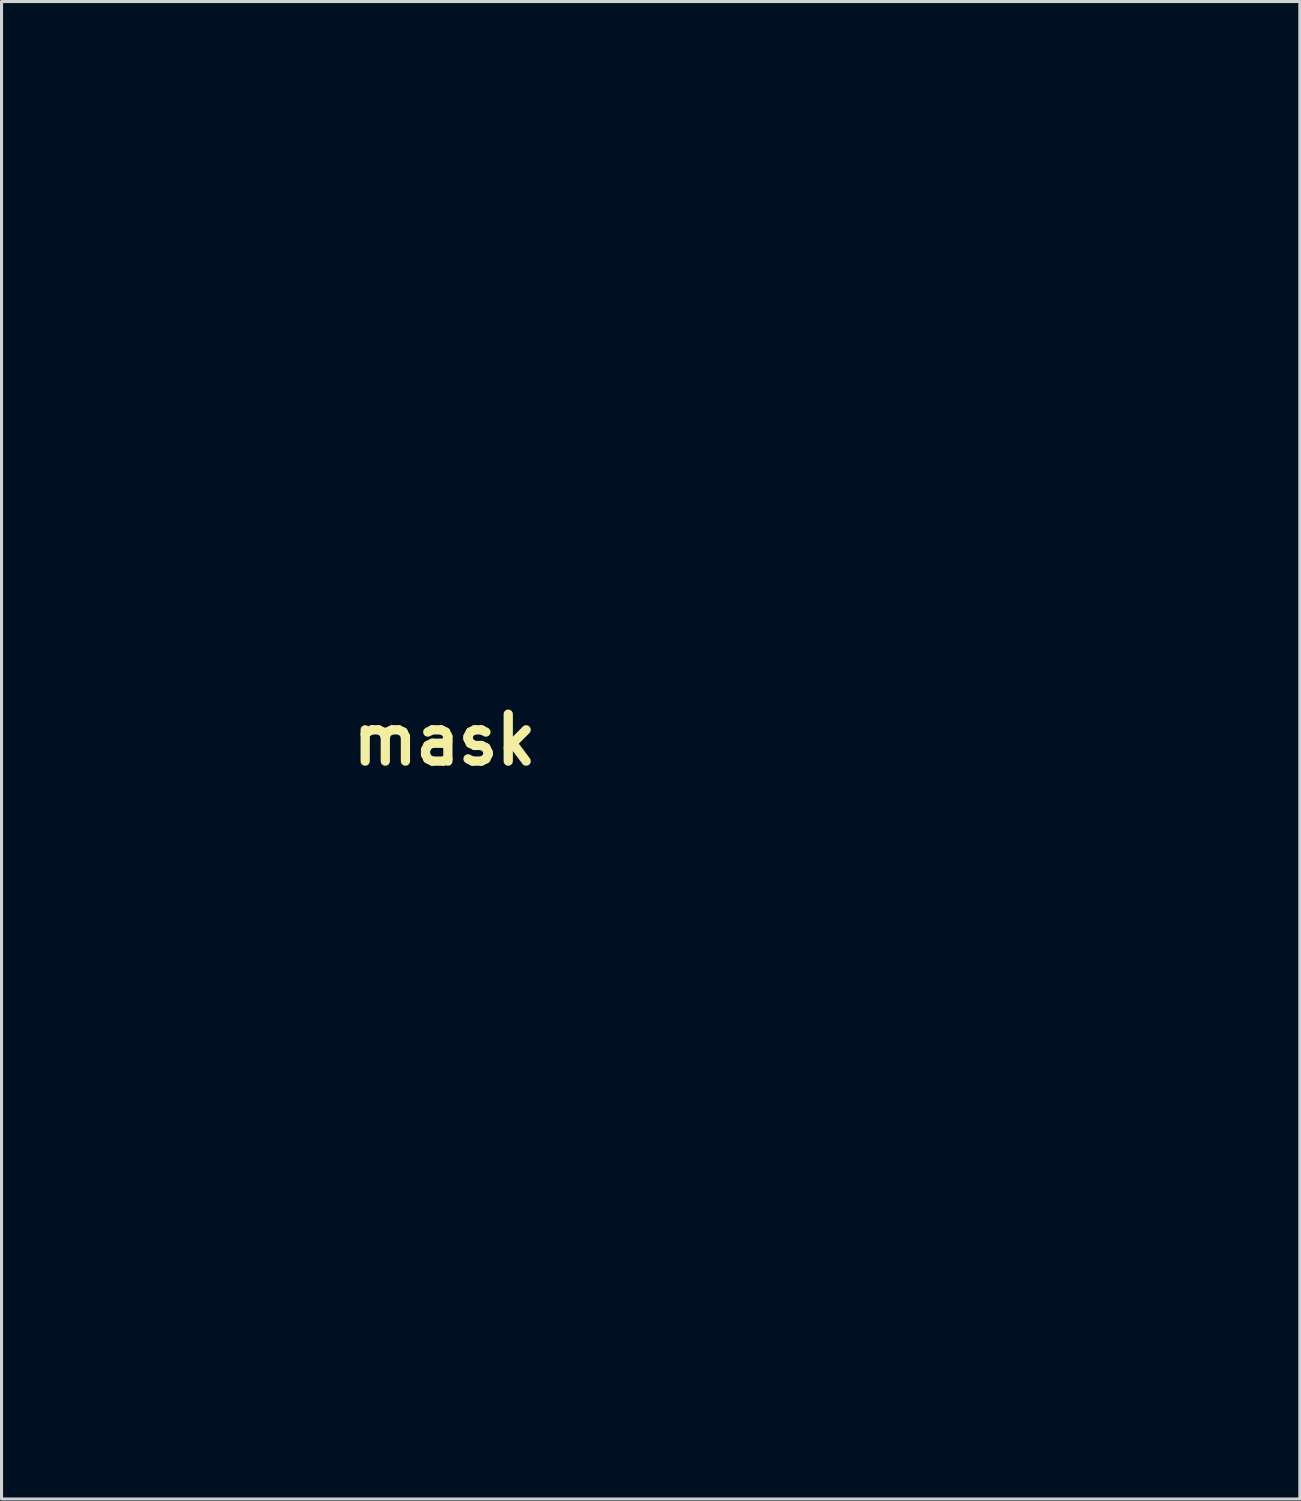
<source format=kicad_pcb>
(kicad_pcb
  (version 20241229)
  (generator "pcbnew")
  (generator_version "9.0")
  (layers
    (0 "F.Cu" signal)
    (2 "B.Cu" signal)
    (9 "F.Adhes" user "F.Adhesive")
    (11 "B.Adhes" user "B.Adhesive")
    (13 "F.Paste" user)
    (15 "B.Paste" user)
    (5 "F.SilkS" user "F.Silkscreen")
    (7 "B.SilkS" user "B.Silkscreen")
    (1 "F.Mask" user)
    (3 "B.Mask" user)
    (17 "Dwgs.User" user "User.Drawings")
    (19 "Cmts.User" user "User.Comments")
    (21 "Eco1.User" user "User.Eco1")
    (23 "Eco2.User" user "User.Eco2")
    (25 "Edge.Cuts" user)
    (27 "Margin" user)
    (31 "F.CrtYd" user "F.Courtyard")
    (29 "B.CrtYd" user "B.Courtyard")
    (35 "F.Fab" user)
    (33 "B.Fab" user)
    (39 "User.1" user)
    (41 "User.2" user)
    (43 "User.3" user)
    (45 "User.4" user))
  (footprint "mask"
    (layer "F.Cu")
    (at 11.383 20.972)
    (property "Reference" "mask" (at 0 0 0) (layer "F.SilkS") (effects (font (size 1.524 1.524) (thickness 0.3))))
    (attr through_hole)
    (fp_poly (pts (xy 10.607 -18.041) (xy 10.642 -17.973) (xy 10.627 -17.885) (xy 10.573 -17.832) (xy 10.559 -17.831) (xy 10.503 -17.871) (xy 10.482 -17.91) (xy 10.48 -18.006) (xy 10.537 -18.055) (xy 10.607 -18.041)) (stroke (width 0.01) (type solid)) (fill yes) (layer "F.Mask"))
    (fp_poly (pts (xy 6.544 -17.589) (xy 6.553 -17.529) (xy 6.518 -17.451) (xy 6.41 -17.429) (xy 6.233 -17.46) (xy 6.16 -17.501) (xy 6.172 -17.552) (xy 6.256 -17.597) (xy 6.367 -17.618) (xy 6.491 -17.62) (xy 6.544 -17.589)) (stroke (width 0.01) (type solid)) (fill yes) (layer "F.Mask"))
    (fp_poly (pts (xy 7.301 -17.608) (xy 7.367 -17.561) (xy 7.352 -17.505) (xy 7.252 -17.456) (xy 7.081 -17.426) (xy 6.987 -17.45) (xy 6.96 -17.526) (xy 6.977 -17.592) (xy 7.046 -17.622) (xy 7.163 -17.628) (xy 7.301 -17.608)) (stroke (width 0.01) (type solid)) (fill yes) (layer "F.Mask"))
    (fp_poly (pts (xy 8.224 -17.181) (xy 8.246 -17.149) (xy 8.232 -17.075) (xy 8.13 -17.029) (xy 7.997 -17.018) (xy 7.901 -17.043) (xy 7.874 -17.089) (xy 7.916 -17.165) (xy 8.016 -17.211) (xy 8.133 -17.219) (xy 8.224 -17.181)) (stroke (width 0.01) (type solid)) (fill yes) (layer "F.Mask"))
    (fp_poly (pts (xy 9.671 -15.83) (xy 9.699 -15.752) (xy 9.703 -15.672) (xy 9.681 -15.548) (xy 9.628 -15.491) (xy 9.566 -15.513) (xy 9.53 -15.574) (xy 9.498 -15.725) (xy 9.53 -15.822) (xy 9.601 -15.85) (xy 9.671 -15.83)) (stroke (width 0.01) (type solid)) (fill yes) (layer "F.Mask"))
    (fp_poly (pts (xy 9.871 -14.258) (xy 9.9 -14.189) (xy 9.906 -14.072) (xy 9.887 -13.934) (xy 9.84 -13.868) (xy 9.783 -13.882) (xy 9.735 -13.983) (xy 9.704 -14.154) (xy 9.728 -14.248) (xy 9.804 -14.275) (xy 9.871 -14.258)) (stroke (width 0.01) (type solid)) (fill yes) (layer "F.Mask"))
    (fp_poly (pts (xy 9.942 -13.443) (xy 9.977 -13.382) (xy 10.009 -13.231) (xy 9.978 -13.134) (xy 9.906 -13.106) (xy 9.836 -13.126) (xy 9.808 -13.204) (xy 9.804 -13.284) (xy 9.827 -13.408) (xy 9.879 -13.465) (xy 9.942 -13.443)) (stroke (width 0.01) (type solid)) (fill yes) (layer "F.Mask"))
    (fp_poly (pts (xy 10.289 -15.133) (xy 10.342 -15.033) (xy 10.36 -14.897) (xy 10.339 -14.803) (xy 10.284 -14.786) (xy 10.219 -14.839) (xy 10.17 -14.948) (xy 10.15 -15.069) (xy 10.178 -15.129) (xy 10.207 -15.144) (xy 10.289 -15.133)) (stroke (width 0.01) (type solid)) (fill yes) (layer "F.Mask"))
    (fp_poly (pts (xy 12.151 -1.342) (xy 12.153 -1.259) (xy 12.086 -1.149) (xy 11.982 -1.041) (xy 11.906 -1.023) (xy 11.863 -1.065) (xy 11.866 -1.142) (xy 11.919 -1.245) (xy 11.996 -1.335) (xy 12.068 -1.372) (xy 12.151 -1.342)) (stroke (width 0.01) (type solid)) (fill yes) (layer "F.Mask"))
    (fp_poly (pts (xy 13.345 -9.759) (xy 13.392 -9.641) (xy 13.411 -9.487) (xy 13.386 -9.409) (xy 13.329 -9.403) (xy 13.263 -9.462) (xy 13.217 -9.563) (xy 13.189 -9.711) (xy 13.212 -9.786) (xy 13.281 -9.804) (xy 13.345 -9.759)) (stroke (width 0.01) (type solid)) (fill yes) (layer "F.Mask"))
    (fp_poly (pts (xy 13.636 -8.216) (xy 13.684 -8.115) (xy 13.714 -7.944) (xy 13.69 -7.85) (xy 13.614 -7.823) (xy 13.548 -7.84) (xy 13.519 -7.909) (xy 13.513 -8.026) (xy 13.532 -8.164) (xy 13.579 -8.23) (xy 13.636 -8.216)) (stroke (width 0.01) (type solid)) (fill yes) (layer "F.Mask"))
    (fp_poly (pts (xy 13.642 -5.007) (xy 13.664 -4.921) (xy 13.664 -4.893) (xy 13.645 -4.739) (xy 13.592 -4.661) (xy 13.52 -4.669) (xy 13.473 -4.748) (xy 13.472 -4.864) (xy 13.512 -4.971) (xy 13.576 -5.02) (xy 13.642 -5.007)) (stroke (width 0.01) (type solid)) (fill yes) (layer "F.Mask"))
    (fp_poly (pts (xy 13.735 -7.397) (xy 13.763 -7.319) (xy 13.767 -7.239) (xy 13.745 -7.115) (xy 13.692 -7.058) (xy 13.63 -7.08) (xy 13.594 -7.142) (xy 13.562 -7.292) (xy 13.594 -7.389) (xy 13.665 -7.417) (xy 13.735 -7.397)) (stroke (width 0.01) (type solid)) (fill yes) (layer "F.Mask"))
    (fp_poly (pts (xy 1.929 -18.636) (xy 1.93 -18.599) (xy 1.889 -18.514) (xy 1.791 -18.46) (xy 1.676 -18.444) (xy 1.583 -18.477) (xy 1.558 -18.513) (xy 1.58 -18.583) (xy 1.687 -18.64) (xy 1.831 -18.684) (xy 1.903 -18.684) (xy 1.929 -18.636)) (stroke (width 0.01) (type solid)) (fill yes) (layer "F.Mask"))
    (fp_poly (pts (xy 4.096 -3.464) (xy 4.15 -3.368) (xy 4.133 -3.254) (xy 4.113 -3.223) (xy 4.007 -3.155) (xy 3.89 -3.187) (xy 3.839 -3.229) (xy 3.792 -3.331) (xy 3.825 -3.431) (xy 3.921 -3.496) (xy 3.986 -3.505) (xy 4.096 -3.464)) (stroke (width 0.01) (type solid)) (fill yes) (layer "F.Mask"))
    (fp_poly (pts (xy 5.617 -17.779) (xy 5.72 -17.73) (xy 5.776 -17.677) (xy 5.777 -17.66) (xy 5.712 -17.608) (xy 5.587 -17.593) (xy 5.474 -17.611) (xy 5.399 -17.668) (xy 5.39 -17.752) (xy 5.43 -17.802) (xy 5.507 -17.809) (xy 5.617 -17.779)) (stroke (width 0.01) (type solid)) (fill yes) (layer "F.Mask"))
    (fp_poly (pts (xy 6.63 -17.035) (xy 6.658 -16.964) (xy 6.617 -16.901) (xy 6.484 -16.852) (xy 6.362 -16.845) (xy 6.286 -16.881) (xy 6.281 -16.891) (xy 6.297 -16.97) (xy 6.385 -17.035) (xy 6.52 -17.068) (xy 6.55 -17.069) (xy 6.63 -17.035)) (stroke (width 0.01) (type solid)) (fill yes) (layer "F.Mask"))
    (fp_poly (pts (xy 8.976 -17.519) (xy 8.992 -17.443) (xy 8.953 -17.379) (xy 8.861 -17.311) (xy 8.757 -17.261) (xy 8.679 -17.251) (xy 8.668 -17.257) (xy 8.639 -17.341) (xy 8.709 -17.433) (xy 8.785 -17.483) (xy 8.911 -17.538) (xy 8.976 -17.519)) (stroke (width 0.01) (type solid)) (fill yes) (layer "F.Mask"))
    (fp_poly (pts (xy 9.573 -18.017) (xy 9.644 -17.962) (xy 9.621 -17.885) (xy 9.505 -17.784) (xy 9.398 -17.719) (xy 9.334 -17.719) (xy 9.303 -17.747) (xy 9.295 -17.823) (xy 9.35 -17.913) (xy 9.441 -17.989) (xy 9.538 -18.022) (xy 9.573 -18.017)) (stroke (width 0.01) (type solid)) (fill yes) (layer "F.Mask"))
    (fp_poly (pts (xy 9.726 -15.063) (xy 9.779 -14.98) (xy 9.803 -14.839) (xy 9.804 -14.821) (xy 9.776 -14.713) (xy 9.706 -14.677) (xy 9.635 -14.715) (xy 9.605 -14.798) (xy 9.605 -14.919) (xy 9.63 -15.028) (xy 9.658 -15.066) (xy 9.726 -15.063)) (stroke (width 0.01) (type solid)) (fill yes) (layer "F.Mask"))
    (fp_poly (pts (xy 9.86 -17.41) (xy 9.867 -17.345) (xy 9.841 -17.242) (xy 9.776 -17.11) (xy 9.689 -17.069) (xy 9.618 -17.093) (xy 9.621 -17.15) (xy 9.659 -17.265) (xy 9.682 -17.347) (xy 9.732 -17.434) (xy 9.802 -17.44) (xy 9.86 -17.41)) (stroke (width 0.01) (type solid)) (fill yes) (layer "F.Mask"))
    (fp_poly (pts (xy 10.176 -15.934) (xy 10.205 -15.865) (xy 10.211 -15.748) (xy 10.191 -15.612) (xy 10.143 -15.543) (xy 10.084 -15.552) (xy 10.038 -15.625) (xy 10.004 -15.78) (xy 10.025 -15.897) (xy 10.095 -15.95) (xy 10.109 -15.951) (xy 10.176 -15.934)) (stroke (width 0.01) (type solid)) (fill yes) (layer "F.Mask"))
    (fp_poly (pts (xy 10.705 -13.601) (xy 10.748 -13.543) (xy 10.786 -13.412) (xy 10.788 -13.404) (xy 10.788 -13.285) (xy 10.739 -13.232) (xy 10.669 -13.255) (xy 10.616 -13.339) (xy 10.57 -13.506) (xy 10.59 -13.597) (xy 10.64 -13.614) (xy 10.705 -13.601)) (stroke (width 0.01) (type solid)) (fill yes) (layer "F.Mask"))
    (fp_poly (pts (xy 11.016 -17.335) (xy 11.038 -17.231) (xy 11.012 -17.13) (xy 10.941 -17.003) (xy 10.861 -16.967) (xy 10.809 -16.995) (xy 10.804 -17.056) (xy 10.826 -17.164) (xy 10.862 -17.279) (xy 10.9 -17.359) (xy 10.918 -17.373) (xy 11.016 -17.335)) (stroke (width 0.01) (type solid)) (fill yes) (layer "F.Mask"))
    (fp_poly (pts (xy 11.152 -15.729) (xy 11.188 -15.596) (xy 11.191 -15.571) (xy 11.179 -15.448) (xy 11.13 -15.413) (xy 11.063 -15.469) (xy 11.023 -15.546) (xy 10.986 -15.673) (xy 11.007 -15.751) (xy 11.016 -15.761) (xy 11.09 -15.788) (xy 11.152 -15.729)) (stroke (width 0.01) (type solid)) (fill yes) (layer "F.Mask"))
    (fp_poly (pts (xy 11.526 -13.216) (xy 11.578 -13.115) (xy 11.612 -13) (xy 11.613 -12.914) (xy 11.61 -12.906) (xy 11.542 -12.854) (xy 11.473 -12.899) (xy 11.427 -12.988) (xy 11.397 -13.127) (xy 11.418 -13.226) (xy 11.473 -13.259) (xy 11.526 -13.216)) (stroke (width 0.01) (type solid)) (fill yes) (layer "F.Mask"))
    (fp_poly (pts (xy 11.73 -14.285) (xy 11.78 -14.167) (xy 11.811 -14.014) (xy 11.787 -13.93) (xy 11.728 -13.923) (xy 11.651 -14.003) (xy 11.61 -14.084) (xy 11.57 -14.209) (xy 11.585 -14.275) (xy 11.6 -14.286) (xy 11.677 -14.32) (xy 11.73 -14.285)) (stroke (width 0.01) (type solid)) (fill yes) (layer "F.Mask"))
    (fp_poly (pts (xy 11.773 -10.574) (xy 11.812 -10.473) (xy 11.843 -10.356) (xy 11.854 -10.264) (xy 11.848 -10.239) (xy 11.766 -10.209) (xy 11.69 -10.268) (xy 11.643 -10.376) (xy 11.63 -10.524) (xy 11.685 -10.604) (xy 11.739 -10.616) (xy 11.773 -10.574)) (stroke (width 0.01) (type solid)) (fill yes) (layer "F.Mask"))
    (fp_poly (pts (xy 11.836 -3.371) (xy 11.848 -3.361) (xy 11.873 -3.288) (xy 11.836 -3.225) (xy 11.712 -3.113) (xy 11.602 -3.083) (xy 11.535 -3.12) (xy 11.513 -3.18) (xy 11.563 -3.248) (xy 11.635 -3.303) (xy 11.759 -3.374) (xy 11.836 -3.371)) (stroke (width 0.01) (type solid)) (fill yes) (layer "F.Mask"))
    (fp_poly (pts (xy 12.032 -13.521) (xy 12.098 -13.419) (xy 12.138 -13.3) (xy 12.141 -13.261) (xy 12.109 -13.199) (xy 12.038 -13.199) (xy 11.965 -13.256) (xy 11.944 -13.291) (xy 11.893 -13.448) (xy 11.907 -13.541) (xy 11.965 -13.564) (xy 12.032 -13.521)) (stroke (width 0.01) (type solid)) (fill yes) (layer "F.Mask"))
    (fp_poly (pts (xy 12.34 -12.811) (xy 12.39 -12.694) (xy 12.421 -12.541) (xy 12.399 -12.457) (xy 12.341 -12.45) (xy 12.266 -12.53) (xy 12.226 -12.611) (xy 12.186 -12.742) (xy 12.208 -12.81) (xy 12.213 -12.814) (xy 12.288 -12.847) (xy 12.34 -12.811)) (stroke (width 0.01) (type solid)) (fill yes) (layer "F.Mask"))
    (fp_poly (pts (xy 12.585 -10.197) (xy 12.627 -10.139) (xy 12.665 -10.009) (xy 12.667 -10) (xy 12.668 -9.882) (xy 12.618 -9.828) (xy 12.548 -9.851) (xy 12.495 -9.936) (xy 12.45 -10.103) (xy 12.47 -10.193) (xy 12.519 -10.211) (xy 12.585 -10.197)) (stroke (width 0.01) (type solid)) (fill yes) (layer "F.Mask"))
    (fp_poly (pts (xy 12.737 -4.688) (xy 12.756 -4.587) (xy 12.723 -4.483) (xy 12.65 -4.355) (xy 12.578 -4.32) (xy 12.526 -4.363) (xy 12.522 -4.434) (xy 12.548 -4.545) (xy 12.588 -4.655) (xy 12.63 -4.719) (xy 12.641 -4.724) (xy 12.737 -4.688)) (stroke (width 0.01) (type solid)) (fill yes) (layer "F.Mask"))
    (fp_poly (pts (xy 12.975 -8.603) (xy 13.009 -8.45) (xy 12.987 -8.334) (xy 12.917 -8.281) (xy 12.903 -8.28) (xy 12.832 -8.301) (xy 12.804 -8.381) (xy 12.802 -8.453) (xy 12.823 -8.576) (xy 12.873 -8.651) (xy 12.932 -8.66) (xy 12.975 -8.603)) (stroke (width 0.01) (type solid)) (fill yes) (layer "F.Mask"))
    (fp_poly (pts (xy 13.474 -4.211) (xy 13.49 -4.103) (xy 13.482 -4.023) (xy 13.432 -3.899) (xy 13.359 -3.859) (xy 13.294 -3.894) (xy 13.28 -3.965) (xy 13.298 -4.081) (xy 13.338 -4.194) (xy 13.367 -4.239) (xy 13.429 -4.264) (xy 13.474 -4.211)) (stroke (width 0.01) (type solid)) (fill yes) (layer "F.Mask"))
    (fp_poly (pts (xy 13.539 -8.96) (xy 13.578 -8.817) (xy 13.581 -8.801) (xy 13.593 -8.687) (xy 13.563 -8.642) (xy 13.516 -8.636) (xy 13.432 -8.677) (xy 13.384 -8.795) (xy 13.376 -8.933) (xy 13.418 -8.996) (xy 13.489 -9.015) (xy 13.539 -8.96)) (stroke (width 0.01) (type solid)) (fill yes) (layer "F.Mask"))
    (fp_poly (pts (xy 2.673 -18.737) (xy 2.732 -18.702) (xy 2.743 -18.644) (xy 2.726 -18.577) (xy 2.657 -18.548) (xy 2.54 -18.542) (xy 2.407 -18.551) (xy 2.348 -18.585) (xy 2.337 -18.644) (xy 2.354 -18.71) (xy 2.423 -18.739) (xy 2.54 -18.745) (xy 2.673 -18.737)) (stroke (width 0.01) (type solid)) (fill yes) (layer "F.Mask"))
    (fp_poly (pts (xy 4.053 -18.413) (xy 4.149 -18.379) (xy 4.271 -18.329) (xy 4.312 -18.283) (xy 4.288 -18.221) (xy 4.279 -18.209) (xy 4.203 -18.18) (xy 4.077 -18.203) (xy 3.946 -18.27) (xy 3.912 -18.346) (xy 3.919 -18.414) (xy 3.958 -18.435) (xy 4.053 -18.413)) (stroke (width 0.01) (type solid)) (fill yes) (layer "F.Mask"))
    (fp_poly (pts (xy 8.132 -17.801) (xy 8.118 -17.734) (xy 8.059 -17.662) (xy 7.998 -17.626) (xy 7.866 -17.584) (xy 7.795 -17.59) (xy 7.756 -17.647) (xy 7.756 -17.649) (xy 7.78 -17.708) (xy 7.869 -17.77) (xy 7.99 -17.817) (xy 8.085 -17.831) (xy 8.132 -17.801)) (stroke (width 0.01) (type solid)) (fill yes) (layer "F.Mask"))
    (fp_poly (pts (xy 8.846 -18.156) (xy 8.855 -18.085) (xy 8.801 -18.002) (xy 8.738 -17.958) (xy 8.619 -17.9) (xy 8.556 -17.888) (xy 8.518 -17.919) (xy 8.505 -17.939) (xy 8.516 -18.003) (xy 8.586 -18.085) (xy 8.682 -18.156) (xy 8.77 -18.185) (xy 8.846 -18.156)) (stroke (width 0.01) (type solid)) (fill yes) (layer "F.Mask"))
    (fp_poly (pts (xy 9.035 1.096) (xy 9.034 1.163) (xy 8.976 1.235) (xy 8.912 1.271) (xy 8.78 1.313) (xy 8.71 1.307) (xy 8.67 1.248) (xy 8.668 1.243) (xy 8.687 1.173) (xy 8.777 1.11) (xy 8.908 1.071) (xy 8.97 1.067) (xy 9.035 1.096)) (stroke (width 0.01) (type solid)) (fill yes) (layer "F.Mask"))
    (fp_poly (pts (xy 9.432 -18.637) (xy 9.489 -18.572) (xy 9.477 -18.511) (xy 9.388 -18.428) (xy 9.352 -18.401) (xy 9.252 -18.334) (xy 9.201 -18.328) (xy 9.173 -18.374) (xy 9.178 -18.468) (xy 9.238 -18.564) (xy 9.324 -18.634) (xy 9.409 -18.649) (xy 9.432 -18.637)) (stroke (width 0.01) (type solid)) (fill yes) (layer "F.Mask"))
    (fp_poly (pts (xy 9.672 -16.646) (xy 9.698 -16.58) (xy 9.703 -16.463) (xy 9.695 -16.329) (xy 9.662 -16.269) (xy 9.598 -16.256) (xy 9.53 -16.271) (xy 9.506 -16.333) (xy 9.509 -16.446) (xy 9.54 -16.591) (xy 9.607 -16.651) (xy 9.614 -16.653) (xy 9.672 -16.646)) (stroke (width 0.01) (type solid)) (fill yes) (layer "F.Mask"))
    (fp_poly (pts (xy 9.761 0.741) (xy 9.77 0.812) (xy 9.716 0.895) (xy 9.653 0.939) (xy 9.533 0.998) (xy 9.47 1.01) (xy 9.433 0.979) (xy 9.419 0.958) (xy 9.431 0.894) (xy 9.501 0.812) (xy 9.597 0.742) (xy 9.685 0.712) (xy 9.761 0.741)) (stroke (width 0.01) (type solid)) (fill yes) (layer "F.Mask"))
    (fp_poly (pts (xy 10.036 -12.918) (xy 10.09 -12.82) (xy 10.086 -12.684) (xy 10.016 -12.587) (xy 9.91 -12.548) (xy 9.794 -12.583) (xy 9.764 -12.609) (xy 9.71 -12.718) (xy 9.715 -12.845) (xy 9.777 -12.939) (xy 9.786 -12.945) (xy 9.922 -12.973) (xy 10.036 -12.918)) (stroke (width 0.01) (type solid)) (fill yes) (layer "F.Mask"))
    (fp_poly (pts (xy 10.122 -16.737) (xy 10.141 -16.725) (xy 10.176 -16.654) (xy 10.175 -16.542) (xy 10.147 -16.43) (xy 10.098 -16.363) (xy 10.078 -16.358) (xy 10.027 -16.4) (xy 10.008 -16.532) (xy 10.008 -16.561) (xy 10.017 -16.703) (xy 10.052 -16.758) (xy 10.122 -16.737)) (stroke (width 0.01) (type solid)) (fill yes) (layer "F.Mask"))
    (fp_poly (pts (xy 10.212 -18.103) (xy 10.24 -18.036) (xy 10.199 -17.936) (xy 10.184 -17.912) (xy 10.108 -17.811) (xy 10.047 -17.786) (xy 9.966 -17.824) (xy 9.935 -17.87) (xy 9.971 -17.946) (xy 10.026 -18.014) (xy 10.121 -18.107) (xy 10.187 -18.12) (xy 10.212 -18.103)) (stroke (width 0.01) (type solid)) (fill yes) (layer "F.Mask"))
    (fp_poly (pts (xy 10.368 -17.5) (xy 10.379 -17.415) (xy 10.35 -17.33) (xy 10.288 -17.199) (xy 10.239 -17.147) (xy 10.184 -17.156) (xy 10.172 -17.163) (xy 10.142 -17.233) (xy 10.156 -17.344) (xy 10.2 -17.454) (xy 10.262 -17.521) (xy 10.284 -17.526) (xy 10.368 -17.5)) (stroke (width 0.01) (type solid)) (fill yes) (layer "F.Mask"))
    (fp_poly (pts (xy 10.546 -17.085) (xy 10.597 -17.017) (xy 10.617 -16.886) (xy 10.617 -16.886) (xy 10.605 -16.765) (xy 10.558 -16.718) (xy 10.516 -16.713) (xy 10.444 -16.734) (xy 10.417 -16.815) (xy 10.414 -16.883) (xy 10.426 -17.031) (xy 10.468 -17.093) (xy 10.546 -17.085)) (stroke (width 0.01) (type solid)) (fill yes) (layer "F.Mask"))
    (fp_poly (pts (xy 10.579 -16.293) (xy 10.59 -16.289) (xy 10.643 -16.227) (xy 10.669 -16.118) (xy 10.665 -16.002) (xy 10.631 -15.919) (xy 10.594 -15.9) (xy 10.533 -15.947) (xy 10.488 -16.071) (xy 10.486 -16.081) (xy 10.47 -16.231) (xy 10.499 -16.298) (xy 10.579 -16.293)) (stroke (width 0.01) (type solid)) (fill yes) (layer "F.Mask"))
    (fp_poly (pts (xy 10.801 -15.458) (xy 10.843 -15.308) (xy 10.844 -15.303) (xy 10.86 -15.19) (xy 10.832 -15.145) (xy 10.78 -15.138) (xy 10.698 -15.174) (xy 10.65 -15.292) (xy 10.648 -15.3) (xy 10.643 -15.443) (xy 10.68 -15.501) (xy 10.749 -15.518) (xy 10.801 -15.458)) (stroke (width 0.01) (type solid)) (fill yes) (layer "F.Mask"))
    (fp_poly (pts (xy 10.849 -17.828) (xy 10.885 -17.775) (xy 10.862 -17.701) (xy 10.809 -17.623) (xy 10.718 -17.513) (xy 10.655 -17.479) (xy 10.6 -17.509) (xy 10.57 -17.565) (xy 10.595 -17.64) (xy 10.673 -17.75) (xy 10.758 -17.837) (xy 10.822 -17.845) (xy 10.849 -17.828)) (stroke (width 0.01) (type solid)) (fill yes) (layer "F.Mask"))
    (fp_poly (pts (xy 10.913 -12.841) (xy 10.985 -12.775) (xy 11.015 -12.723) (xy 11.066 -12.592) (xy 11.06 -12.52) (xy 10.998 -12.478) (xy 10.997 -12.478) (xy 10.919 -12.494) (xy 10.87 -12.577) (xy 10.832 -12.701) (xy 10.82 -12.78) (xy 10.848 -12.845) (xy 10.913 -12.841)) (stroke (width 0.01) (type solid)) (fill yes) (layer "F.Mask"))
    (fp_poly (pts (xy 11.044 -0.171) (xy 11.043 -0.089) (xy 10.982 0.014) (xy 10.969 0.029) (xy 10.865 0.126) (xy 10.799 0.144) (xy 10.755 0.084) (xy 10.75 0.072) (xy 10.764 -0.009) (xy 10.833 -0.106) (xy 10.924 -0.181) (xy 10.983 -0.202) (xy 11.044 -0.171)) (stroke (width 0.01) (type solid)) (fill yes) (layer "F.Mask"))
    (fp_poly (pts (xy 11.255 -12.041) (xy 11.314 -11.917) (xy 11.343 -11.798) (xy 11.326 -11.742) (xy 11.279 -11.721) (xy 11.202 -11.737) (xy 11.139 -11.842) (xy 11.133 -11.859) (xy 11.087 -11.998) (xy 11.083 -12.066) (xy 11.125 -12.089) (xy 11.167 -12.09) (xy 11.255 -12.041)) (stroke (width 0.01) (type solid)) (fill yes) (layer "F.Mask"))
    (fp_poly (pts (xy 11.256 -13.976) (xy 11.299 -13.893) (xy 11.336 -13.763) (xy 11.359 -13.695) (xy 11.356 -13.63) (xy 11.289 -13.614) (xy 11.194 -13.653) (xy 11.162 -13.703) (xy 11.12 -13.83) (xy 11.103 -13.874) (xy 11.107 -13.951) (xy 11.169 -13.983) (xy 11.256 -13.976)) (stroke (width 0.01) (type solid)) (fill yes) (layer "F.Mask"))
    (fp_poly (pts (xy 11.441 -7.89) (xy 11.481 -7.755) (xy 11.481 -7.751) (xy 11.445 -7.605) (xy 11.349 -7.534) (xy 11.212 -7.549) (xy 11.163 -7.573) (xy 11.085 -7.667) (xy 11.08 -7.788) (xy 11.144 -7.897) (xy 11.2 -7.933) (xy 11.34 -7.955) (xy 11.441 -7.89)) (stroke (width 0.01) (type solid)) (fill yes) (layer "F.Mask"))
    (fp_poly (pts (xy 11.528 -11.331) (xy 11.551 -11.257) (xy 11.588 -11.127) (xy 11.613 -11.054) (xy 11.609 -10.987) (xy 11.548 -10.973) (xy 11.456 -11.021) (xy 11.391 -11.135) (xy 11.356 -11.256) (xy 11.372 -11.32) (xy 11.393 -11.338) (xy 11.479 -11.374) (xy 11.528 -11.331)) (stroke (width 0.01) (type solid)) (fill yes) (layer "F.Mask"))
    (fp_poly (pts (xy 11.609 -0.743) (xy 11.656 -0.713) (xy 11.647 -0.659) (xy 11.583 -0.559) (xy 11.488 -0.444) (xy 11.418 -0.413) (xy 11.35 -0.457) (xy 11.335 -0.474) (xy 11.326 -0.551) (xy 11.381 -0.642) (xy 11.473 -0.717) (xy 11.571 -0.749) (xy 11.609 -0.743)) (stroke (width 0.01) (type solid)) (fill yes) (layer "F.Mask"))
    (fp_poly (pts (xy 11.985 -9.745) (xy 12.037 -9.641) (xy 12.044 -9.614) (xy 12.058 -9.5) (xy 12.029 -9.454) (xy 11.988 -9.449) (xy 11.895 -9.489) (xy 11.867 -9.529) (xy 11.841 -9.65) (xy 11.836 -9.711) (xy 11.861 -9.791) (xy 11.919 -9.799) (xy 11.985 -9.745)) (stroke (width 0.01) (type solid)) (fill yes) (layer "F.Mask"))
    (fp_poly (pts (xy 12.03 -11.724) (xy 12.103 -11.658) (xy 12.133 -11.605) (xy 12.183 -11.475) (xy 12.178 -11.402) (xy 12.115 -11.361) (xy 12.114 -11.36) (xy 12.036 -11.376) (xy 11.987 -11.46) (xy 11.95 -11.584) (xy 11.938 -11.662) (xy 11.966 -11.728) (xy 12.03 -11.724)) (stroke (width 0.01) (type solid)) (fill yes) (layer "F.Mask"))
    (fp_poly (pts (xy 12.069 -8.218) (xy 12.082 -8.169) (xy 12.036 -8.067) (xy 11.989 -7.988) (xy 11.912 -7.869) (xy 11.866 -7.831) (xy 11.833 -7.863) (xy 11.818 -7.9) (xy 11.815 -8.013) (xy 11.865 -8.132) (xy 11.946 -8.215) (xy 11.997 -8.23) (xy 12.069 -8.218)) (stroke (width 0.01) (type solid)) (fill yes) (layer "F.Mask"))
    (fp_poly (pts (xy 12.112 -9.024) (xy 12.137 -8.954) (xy 12.141 -8.843) (xy 12.129 -8.7) (xy 12.089 -8.64) (xy 12.065 -8.636) (xy 12.005 -8.681) (xy 11.989 -8.788) (xy 11.986 -8.91) (xy 11.98 -8.979) (xy 12.013 -9.019) (xy 12.056 -9.033) (xy 12.112 -9.024)) (stroke (width 0.01) (type solid)) (fill yes) (layer "F.Mask"))
    (fp_poly (pts (xy 12.343 -10.93) (xy 12.396 -10.842) (xy 12.439 -10.71) (xy 12.433 -10.64) (xy 12.376 -10.601) (xy 12.374 -10.6) (xy 12.303 -10.622) (xy 12.247 -10.729) (xy 12.202 -10.874) (xy 12.201 -10.947) (xy 12.244 -10.972) (xy 12.269 -10.973) (xy 12.343 -10.93)) (stroke (width 0.01) (type solid)) (fill yes) (layer "F.Mask"))
    (fp_poly (pts (xy 12.55 -2.03) (xy 12.595 -1.985) (xy 12.584 -1.917) (xy 12.548 -1.847) (xy 12.458 -1.726) (xy 12.376 -1.686) (xy 12.323 -1.721) (xy 12.326 -1.795) (xy 12.374 -1.907) (xy 12.384 -1.924) (xy 12.462 -2.025) (xy 12.53 -2.04) (xy 12.55 -2.03)) (stroke (width 0.01) (type solid)) (fill yes) (layer "F.Mask"))
    (fp_poly (pts (xy 12.755 -9.438) (xy 12.767 -9.434) (xy 12.83 -9.367) (xy 12.867 -9.255) (xy 12.869 -9.142) (xy 12.835 -9.081) (xy 12.76 -9.048) (xy 12.715 -9.082) (xy 12.682 -9.198) (xy 12.677 -9.225) (xy 12.66 -9.374) (xy 12.684 -9.441) (xy 12.755 -9.438)) (stroke (width 0.01) (type solid)) (fill yes) (layer "F.Mask"))
    (fp_poly (pts (xy 12.891 -11.286) (xy 12.945 -11.186) (xy 12.972 -11.07) (xy 12.958 -10.981) (xy 12.942 -10.964) (xy 12.861 -10.928) (xy 12.815 -10.962) (xy 12.783 -11.081) (xy 12.757 -11.228) (xy 12.759 -11.302) (xy 12.793 -11.327) (xy 12.822 -11.328) (xy 12.891 -11.286)) (stroke (width 0.01) (type solid)) (fill yes) (layer "F.Mask"))
    (fp_poly (pts (xy 13.089 -6.225) (xy 13.086 -6.168) (xy 13.059 -6.047) (xy 13.056 -5.99) (xy 13.018 -5.908) (xy 12.964 -5.893) (xy 12.904 -5.912) (xy 12.887 -5.986) (xy 12.894 -6.071) (xy 12.923 -6.196) (xy 12.981 -6.245) (xy 13.016 -6.248) (xy 13.089 -6.225)) (stroke (width 0.01) (type solid)) (fill yes) (layer "F.Mask"))
    (fp_poly (pts (xy 13.736 -5.827) (xy 13.761 -5.765) (xy 13.757 -5.652) (xy 13.726 -5.507) (xy 13.66 -5.447) (xy 13.652 -5.445) (xy 13.595 -5.452) (xy 13.569 -5.518) (xy 13.564 -5.635) (xy 13.572 -5.769) (xy 13.604 -5.829) (xy 13.668 -5.842) (xy 13.736 -5.827)) (stroke (width 0.01) (type solid)) (fill yes) (layer "F.Mask"))
    (fp_poly (pts (xy 13.786 -6.584) (xy 13.814 -6.506) (xy 13.818 -6.426) (xy 13.806 -6.304) (xy 13.762 -6.254) (xy 13.716 -6.248) (xy 13.646 -6.268) (xy 13.618 -6.346) (xy 13.614 -6.426) (xy 13.626 -6.549) (xy 13.67 -6.598) (xy 13.716 -6.604) (xy 13.786 -6.584)) (stroke (width 0.01) (type solid)) (fill yes) (layer "F.Mask"))
    (fp_poly (pts (xy 4.897 -18.078) (xy 4.9 -18.077) (xy 5 -18.003) (xy 5.03 -17.92) (xy 4.991 -17.864) (xy 4.922 -17.866) (xy 4.806 -17.902) (xy 4.788 -17.909) (xy 4.673 -17.977) (xy 4.652 -18.049) (xy 4.654 -18.057) (xy 4.696 -18.121) (xy 4.767 -18.127) (xy 4.897 -18.078)) (stroke (width 0.01) (type solid)) (fill yes) (layer "F.Mask"))
    (fp_poly (pts (xy 6.085 -16.833) (xy 6.102 -16.82) (xy 6.181 -16.74) (xy 6.185 -16.659) (xy 6.159 -16.592) (xy 6.068 -16.488) (xy 5.949 -16.458) (xy 5.836 -16.505) (xy 5.789 -16.565) (xy 5.755 -16.705) (xy 5.819 -16.817) (xy 5.885 -16.862) (xy 5.982 -16.885) (xy 6.085 -16.833)) (stroke (width 0.01) (type solid)) (fill yes) (layer "F.Mask"))
    (fp_poly (pts (xy 7.406 -17.107) (xy 7.464 -17.065) (xy 7.468 -17.043) (xy 7.426 -16.981) (xy 7.37 -16.967) (xy 7.249 -16.953) (xy 7.202 -16.94) (xy 7.118 -16.936) (xy 7.097 -16.949) (xy 7.054 -17.032) (xy 7.102 -17.092) (xy 7.233 -17.119) (xy 7.264 -17.12) (xy 7.406 -17.107)) (stroke (width 0.01) (type solid)) (fill yes) (layer "F.Mask"))
    (fp_poly (pts (xy 10.432 0.34) (xy 10.433 0.34) (xy 10.441 0.422) (xy 10.364 0.509) (xy 10.357 0.514) (xy 10.221 0.596) (xy 10.131 0.592) (xy 10.092 0.537) (xy 10.113 0.458) (xy 10.218 0.366) (xy 10.226 0.361) (xy 10.335 0.299) (xy 10.393 0.293) (xy 10.432 0.34)) (stroke (width 0.01) (type solid)) (fill yes) (layer "F.Mask"))
    (fp_poly (pts (xy 10.507 -14.369) (xy 10.516 -14.363) (xy 10.528 -14.311) (xy 10.558 -14.201) (xy 10.562 -14.19) (xy 10.584 -14.076) (xy 10.558 -14.023) (xy 10.515 -14.006) (xy 10.429 -14.021) (xy 10.394 -14.09) (xy 10.365 -14.263) (xy 10.392 -14.358) (xy 10.439 -14.376) (xy 10.507 -14.369)) (stroke (width 0.01) (type solid)) (fill yes) (layer "F.Mask"))
    (fp_poly (pts (xy 10.945 -16.521) (xy 10.989 -16.424) (xy 10.991 -16.307) (xy 10.951 -16.206) (xy 10.87 -16.156) (xy 10.858 -16.155) (xy 10.826 -16.197) (xy 10.82 -16.243) (xy 10.806 -16.365) (xy 10.788 -16.447) (xy 10.783 -16.534) (xy 10.844 -16.56) (xy 10.86 -16.561) (xy 10.945 -16.521)) (stroke (width 0.01) (type solid)) (fill yes) (layer "F.Mask"))
    (fp_poly (pts (xy 11.003 -14.736) (xy 11.045 -14.655) (xy 11.082 -14.525) (xy 11.105 -14.457) (xy 11.102 -14.392) (xy 11.034 -14.376) (xy 10.937 -14.423) (xy 10.876 -14.536) (xy 10.838 -14.648) (xy 10.821 -14.707) (xy 10.82 -14.708) (xy 10.862 -14.729) (xy 10.918 -14.746) (xy 11.003 -14.736)) (stroke (width 0.01) (type solid)) (fill yes) (layer "F.Mask"))
    (fp_poly (pts (xy 11.408 -14.999) (xy 11.473 -14.907) (xy 11.523 -14.776) (xy 11.518 -14.704) (xy 11.455 -14.663) (xy 11.455 -14.663) (xy 11.381 -14.68) (xy 11.311 -14.793) (xy 11.31 -14.797) (xy 11.269 -14.917) (xy 11.26 -14.994) (xy 11.262 -14.999) (xy 11.327 -15.038) (xy 11.408 -14.999)) (stroke (width 0.01) (type solid)) (fill yes) (layer "F.Mask"))
    (fp_poly (pts (xy 12.352 -3.985) (xy 12.363 -3.98) (xy 12.411 -3.94) (xy 12.404 -3.885) (xy 12.337 -3.785) (xy 12.332 -3.778) (xy 12.243 -3.683) (xy 12.167 -3.643) (xy 12.154 -3.645) (xy 12.096 -3.705) (xy 12.125 -3.815) (xy 12.186 -3.906) (xy 12.272 -3.988) (xy 12.352 -3.985)) (stroke (width 0.01) (type solid)) (fill yes) (layer "F.Mask"))
    (fp_poly (pts (xy 12.642 -12.022) (xy 12.688 -11.928) (xy 12.723 -11.807) (xy 12.708 -11.743) (xy 12.687 -11.726) (xy 12.613 -11.691) (xy 12.565 -11.718) (xy 12.522 -11.824) (xy 12.511 -11.859) (xy 12.483 -11.981) (xy 12.482 -12.057) (xy 12.485 -12.062) (xy 12.565 -12.089) (xy 12.642 -12.022)) (stroke (width 0.01) (type solid)) (fill yes) (layer "F.Mask"))
    (fp_poly (pts (xy 12.971 -2.707) (xy 12.972 -2.705) (xy 12.966 -2.639) (xy 12.922 -2.526) (xy 12.911 -2.504) (xy 12.839 -2.396) (xy 12.774 -2.376) (xy 12.755 -2.385) (xy 12.712 -2.432) (xy 12.721 -2.512) (xy 12.749 -2.586) (xy 12.821 -2.701) (xy 12.903 -2.745) (xy 12.971 -2.707)) (stroke (width 0.01) (type solid)) (fill yes) (layer "F.Mask"))
    (fp_poly (pts (xy 13.018 -7.859) (xy 13.049 -7.795) (xy 13.056 -7.671) (xy 13.043 -7.53) (xy 13.001 -7.471) (xy 12.979 -7.468) (xy 12.915 -7.509) (xy 12.903 -7.556) (xy 12.889 -7.679) (xy 12.871 -7.76) (xy 12.865 -7.847) (xy 12.928 -7.874) (xy 12.948 -7.874) (xy 13.018 -7.859)) (stroke (width 0.01) (type solid)) (fill yes) (layer "F.Mask"))
    (fp_poly (pts (xy 13.071 -7.044) (xy 13.101 -6.975) (xy 13.106 -6.858) (xy 13.086 -6.714) (xy 13.032 -6.649) (xy 12.953 -6.674) (xy 12.937 -6.689) (xy 12.914 -6.758) (xy 12.903 -6.882) (xy 12.903 -6.892) (xy 12.916 -7.011) (xy 12.965 -7.057) (xy 13.005 -7.061) (xy 13.071 -7.044)) (stroke (width 0.01) (type solid)) (fill yes) (layer "F.Mask"))
    (fp_poly (pts (xy 13.132 -10.523) (xy 13.186 -10.415) (xy 13.194 -10.392) (xy 13.222 -10.269) (xy 13.205 -10.208) (xy 13.173 -10.189) (xy 13.098 -10.166) (xy 13.058 -10.189) (xy 13.026 -10.28) (xy 13.014 -10.325) (xy 12.986 -10.473) (xy 13.009 -10.548) (xy 13.075 -10.566) (xy 13.132 -10.523)) (stroke (width 0.01) (type solid)) (fill yes) (layer "F.Mask"))
    (fp_poly (pts (xy 3.329 -18.621) (xy 3.335 -18.62) (xy 3.475 -18.592) (xy 3.538 -18.566) (xy 3.545 -18.525) (xy 3.526 -18.473) (xy 3.499 -18.416) (xy 3.455 -18.4) (xy 3.36 -18.419) (xy 3.302 -18.435) (xy 3.2 -18.495) (xy 3.158 -18.564) (xy 3.158 -18.621) (xy 3.207 -18.638) (xy 3.329 -18.621)) (stroke (width 0.01) (type solid)) (fill yes) (layer "F.Mask"))
    (fp_poly (pts (xy 8.269 1.303) (xy 8.28 1.369) (xy 8.28 1.369) (xy 8.254 1.453) (xy 8.217 1.474) (xy 8.119 1.487) (xy 8.04 1.505) (xy 7.935 1.503) (xy 7.894 1.451) (xy 7.874 1.385) (xy 7.897 1.347) (xy 7.984 1.32) (xy 8.09 1.3) (xy 8.214 1.284) (xy 8.269 1.303)) (stroke (width 0.01) (type solid)) (fill yes) (layer "F.Mask"))
    (fp_poly (pts (xy 12.928 -5.468) (xy 12.982 -5.413) (xy 12.974 -5.298) (xy 12.974 -5.297) (xy 12.935 -5.16) (xy 12.894 -5.097) (xy 12.831 -5.08) (xy 12.818 -5.08) (xy 12.769 -5.099) (xy 12.761 -5.174) (xy 12.775 -5.271) (xy 12.805 -5.413) (xy 12.836 -5.477) (xy 12.883 -5.483) (xy 12.928 -5.468)) (stroke (width 0.01) (type solid)) (fill yes) (layer "F.Mask"))
    (fp_poly (pts (xy 13.193 -3.483) (xy 13.268 -3.458) (xy 13.284 -3.454) (xy 13.281 -3.412) (xy 13.254 -3.306) (xy 13.246 -3.277) (xy 13.184 -3.149) (xy 13.11 -3.098) (xy 13.041 -3.133) (xy 13.034 -3.144) (xy 13.024 -3.228) (xy 13.056 -3.338) (xy 13.111 -3.436) (xy 13.173 -3.485) (xy 13.193 -3.483)) (stroke (width 0.01) (type solid)) (fill yes) (layer "F.Mask"))
    (fp_poly (pts (xy 11.804 -12.457) (xy 11.867 -12.339) (xy 11.873 -12.322) (xy 11.902 -12.199) (xy 11.885 -12.138) (xy 11.852 -12.119) (xy 11.78 -12.094) (xy 11.767 -12.09) (xy 11.745 -12.132) (xy 11.703 -12.235) (xy 11.697 -12.25) (xy 11.663 -12.371) (xy 11.661 -12.45) (xy 11.663 -12.453) (xy 11.73 -12.499) (xy 11.804 -12.457)) (stroke (width 0.01) (type solid)) (fill yes) (layer "F.Mask"))
    (fp_poly (pts (xy 4.03 -4.387) (xy 4.086 -4.34) (xy 4.15 -4.258) (xy 4.166 -4.216) (xy 4.133 -4.149) (xy 4.086 -4.093) (xy 4.004 -4.029) (xy 3.962 -4.013) (xy 3.895 -4.045) (xy 3.839 -4.093) (xy 3.775 -4.175) (xy 3.759 -4.216) (xy 3.791 -4.284) (xy 3.839 -4.34) (xy 3.921 -4.404) (xy 3.962 -4.42) (xy 4.03 -4.387)) (stroke (width 0.01) (type solid)) (fill yes) (layer "F.Mask"))
    (fp_poly (pts (xy 1.285 -18.196) (xy 1.305 -18.099) (xy 1.274 -17.99) (xy 1.247 -17.889) (xy 1.27 -17.856) (xy 1.317 -17.776) (xy 1.312 -17.661) (xy 1.26 -17.558) (xy 1.223 -17.528) (xy 1.136 -17.485) (xy 1.079 -17.489) (xy 1.003 -17.53) (xy 0.938 -17.612) (xy 0.915 -17.729) (xy 0.939 -17.83) (xy 0.966 -17.857) (xy 1.018 -17.922) (xy 1.08 -18.04) (xy 1.09 -18.063) (xy 1.151 -18.176) (xy 1.209 -18.235) (xy 1.218 -18.237) (xy 1.285 -18.196)) (stroke (width 0.01) (type solid)) (fill yes) (layer "F.Mask"))
    (fp_poly (pts (xy -10.534 2.212) (xy -10.443 2.304) (xy -10.414 2.471) (xy -10.414 2.475) (xy -10.435 2.607) (xy -10.515 2.701) (xy -10.576 2.742) (xy -10.67 2.806) (xy -10.682 2.849) (xy -10.605 2.884) (xy -10.49 2.912) (xy -10.453 2.928) (xy -10.515 2.937) (xy -10.541 2.937) (xy -10.693 2.924) (xy -10.804 2.895) (xy -10.94 2.797) (xy -11.01 2.656) (xy -11.021 2.498) (xy -10.974 2.35) (xy -10.874 2.237) (xy -10.725 2.185) (xy -10.701 2.184) (xy -10.534 2.212)) (stroke (width 0.01) (type solid)) (fill yes) (layer "F.Mask"))
    (fp_poly (pts (xy 6.934 1.24) (xy 7.029 1.281) (xy 7.061 1.322) (xy 7.106 1.353) (xy 7.219 1.37) (xy 7.264 1.372) (xy 7.397 1.38) (xy 7.455 1.414) (xy 7.468 1.477) (xy 7.453 1.546) (xy 7.39 1.572) (xy 7.277 1.569) (xy 7.119 1.576) (xy 6.986 1.611) (xy 6.976 1.616) (xy 6.873 1.666) (xy 6.81 1.662) (xy 6.738 1.6) (xy 6.735 1.597) (xy 6.662 1.471) (xy 6.672 1.349) (xy 6.75 1.26) (xy 6.88 1.231) (xy 6.934 1.24)) (stroke (width 0.01) (type solid)) (fill yes) (layer "F.Mask"))
    (fp_poly (pts (xy 11.201 -2.905) (xy 11.227 -2.843) (xy 11.186 -2.794) (xy 11.081 -2.724) (xy 11.024 -2.692) (xy 10.901 -2.62) (xy 10.829 -2.559) (xy 10.82 -2.541) (xy 10.777 -2.477) (xy 10.677 -2.431) (xy 10.564 -2.424) (xy 10.554 -2.426) (xy 10.47 -2.489) (xy 10.429 -2.605) (xy 10.441 -2.718) (xy 10.82 -2.718) (xy 10.846 -2.692) (xy 10.871 -2.718) (xy 10.846 -2.743) (xy 10.82 -2.718) (xy 10.441 -2.718) (xy 10.442 -2.728) (xy 10.469 -2.774) (xy 10.58 -2.831) (xy 10.674 -2.826) (xy 10.823 -2.829) (xy 10.968 -2.876) (xy 11.11 -2.923) (xy 11.201 -2.905)) (stroke (width 0.01) (type solid)) (fill yes) (layer "F.Mask"))
    (fp_poly (pts (xy 2.791 -4.655) (xy 3.026 -4.57) (xy 3.229 -4.412) (xy 3.242 -4.397) (xy 3.395 -4.173) (xy 3.479 -3.916) (xy 3.501 -3.604) (xy 3.497 -3.513) (xy 3.428 -3.132) (xy 3.265 -2.784) (xy 3.007 -2.469) (xy 2.652 -2.183) (xy 2.612 -2.157) (xy 2.444 -2.057) (xy 2.251 -1.958) (xy 2.055 -1.867) (xy 1.874 -1.794) (xy 1.73 -1.746) (xy 1.643 -1.733) (xy 1.626 -1.746) (xy 1.668 -1.775) (xy 1.778 -1.836) (xy 1.934 -1.916) (xy 1.951 -1.924) (xy 2.293 -2.128) (xy 2.59 -2.375) (xy 2.82 -2.644) (xy 2.917 -2.809) (xy 3.025 -3.102) (xy 3.079 -3.408) (xy 3.081 -3.71) (xy 3.035 -3.991) (xy 2.945 -4.233) (xy 2.814 -4.418) (xy 2.644 -4.531) (xy 2.59 -4.547) (xy 2.38 -4.548) (xy 2.167 -4.478) (xy 1.998 -4.352) (xy 1.982 -4.333) (xy 1.918 -4.231) (xy 1.882 -4.14) (xy 1.879 -4.082) (xy 1.914 -4.082) (xy 1.941 -4.105) (xy 2.054 -4.157) (xy 2.206 -4.159) (xy 2.348 -4.116) (xy 2.405 -4.073) (xy 2.477 -3.929) (xy 2.48 -3.764) (xy 2.425 -3.606) (xy 2.32 -3.49) (xy 2.21 -3.447) (xy 2.001 -3.459) (xy 1.848 -3.554) (xy 1.756 -3.728) (xy 1.727 -3.952) (xy 1.772 -4.187) (xy 1.895 -4.382) (xy 2.076 -4.532) (xy 2.298 -4.631) (xy 2.542 -4.674) (xy 2.791 -4.655)) (stroke (width 0.01) (type solid)) (fill yes) (layer "F.Mask"))
    (fp_poly (pts (xy 14.857 -20.959) (xy 15.707 -20.853) (xy 16.527 -20.653) (xy 17.311 -20.365) (xy 18.052 -19.994) (xy 18.745 -19.546) (xy 19.385 -19.026) (xy 19.965 -18.439) (xy 20.48 -17.791) (xy 20.923 -17.086) (xy 21.289 -16.331) (xy 21.572 -15.529) (xy 21.765 -14.693) (xy 21.791 -14.51) (xy 21.821 -14.248) (xy 21.852 -13.928) (xy 21.882 -13.572) (xy 21.91 -13.202) (xy 21.92 -13.056) (xy 21.994 -12.015) (xy 22.076 -11.073) (xy 22.165 -10.227) (xy 22.263 -9.473) (xy 22.37 -8.81) (xy 22.487 -8.234) (xy 22.614 -7.742) (xy 22.752 -7.332) (xy 22.902 -7) (xy 23.064 -6.745) (xy 23.239 -6.562) (xy 23.368 -6.477) (xy 23.488 -6.432) (xy 23.646 -6.394) (xy 23.812 -6.368) (xy 23.958 -6.357) (xy 24.056 -6.365) (xy 24.079 -6.384) (xy 24.047 -6.458) (xy 24.018 -6.492) (xy 24.034 -6.505) (xy 24.127 -6.487) (xy 24.281 -6.443) (xy 24.361 -6.416) (xy 24.765 -6.28) (xy 24.54 -6.214) (xy 24.284 -6.145) (xy 24.105 -6.11) (xy 24.009 -6.109) (xy 23.999 -6.14) (xy 23.985 -6.177) (xy 23.881 -6.196) (xy 23.79 -6.199) (xy 23.552 -6.223) (xy 23.334 -6.295) (xy 23.133 -6.418) (xy 22.949 -6.598) (xy 22.781 -6.837) (xy 22.627 -7.14) (xy 22.487 -7.51) (xy 22.359 -7.951) (xy 22.242 -8.467) (xy 22.135 -9.062) (xy 22.037 -9.74) (xy 21.947 -10.504) (xy 21.863 -11.359) (xy 21.785 -12.308) (xy 21.719 -13.244) (xy 21.691 -13.612) (xy 21.657 -13.98) (xy 21.62 -14.325) (xy 21.582 -14.622) (xy 21.547 -14.846) (xy 21.54 -14.88) (xy 21.323 -15.699) (xy 21.015 -16.482) (xy 20.622 -17.222) (xy 20.151 -17.911) (xy 19.607 -18.542) (xy 18.997 -19.109) (xy 18.327 -19.605) (xy 17.601 -20.023) (xy 16.828 -20.355) (xy 16.789 -20.369) (xy 16.267 -20.537) (xy 15.776 -20.652) (xy 15.273 -20.724) (xy 14.757 -20.759) (xy 13.932 -20.743) (xy 13.13 -20.628) (xy 12.352 -20.415) (xy 11.6 -20.104) (xy 10.875 -19.697) (xy 10.18 -19.192) (xy 10.043 -19.079) (xy 9.877 -18.942) (xy 9.769 -18.867) (xy 9.701 -18.845) (xy 9.657 -18.866) (xy 9.654 -18.869) (xy 9.641 -18.914) (xy 9.674 -18.979) (xy 9.763 -19.075) (xy 9.919 -19.217) (xy 9.992 -19.279) (xy 10.614 -19.75) (xy 11.29 -20.152) (xy 12.006 -20.479) (xy 12.748 -20.727) (xy 13.502 -20.892) (xy 14.253 -20.967) (xy 14.857 -20.959)) (stroke (width 0.01) (type solid)) (fill yes) (layer "F.Mask"))
    (fp_poly (pts (xy 15.334 -20.526) (xy 16.105 -20.384) (xy 16.846 -20.145) (xy 17.556 -19.809) (xy 18.238 -19.377) (xy 18.892 -18.847) (xy 19.231 -18.524) (xy 19.834 -17.848) (xy 20.348 -17.127) (xy 20.771 -16.359) (xy 21.107 -15.54) (xy 21.355 -14.67) (xy 21.408 -14.427) (xy 21.474 -14.008) (xy 21.527 -13.495) (xy 21.564 -12.893) (xy 21.588 -12.209) (xy 21.596 -11.449) (xy 21.591 -10.619) (xy 21.572 -9.726) (xy 21.538 -8.775) (xy 21.49 -7.772) (xy 21.428 -6.724) (xy 21.352 -5.637) (xy 21.309 -5.083) (xy 21.251 -4.356) (xy 21.202 -3.719) (xy 21.16 -3.162) (xy 21.126 -2.674) (xy 21.097 -2.246) (xy 21.075 -1.866) (xy 21.059 -1.523) (xy 21.046 -1.208) (xy 21.038 -0.909) (xy 21.034 -0.617) (xy 21.032 -0.32) (xy 21.032 -0.279) (xy 21.04 0.373) (xy 21.065 0.937) (xy 21.109 1.426) (xy 21.175 1.853) (xy 21.263 2.229) (xy 21.377 2.568) (xy 21.497 2.843) (xy 21.596 3.016) (xy 21.723 3.196) (xy 21.86 3.366) (xy 21.994 3.507) (xy 22.109 3.603) (xy 22.188 3.636) (xy 22.2 3.632) (xy 22.257 3.647) (xy 22.369 3.704) (xy 22.512 3.788) (xy 22.657 3.881) (xy 22.779 3.967) (xy 22.851 4.03) (xy 22.86 4.046) (xy 22.813 4.057) (xy 22.684 4.055) (xy 22.492 4.041) (xy 22.276 4.018) (xy 22.134 3.996) (xy 22.086 3.973) (xy 22.117 3.949) (xy 22.164 3.919) (xy 22.151 3.877) (xy 22.067 3.805) (xy 22.011 3.764) (xy 21.702 3.486) (xy 21.443 3.131) (xy 21.23 2.697) (xy 21.063 2.18) (xy 20.94 1.576) (xy 20.876 1.062) (xy 20.847 0.642) (xy 20.835 0.131) (xy 20.84 -0.472) (xy 20.861 -1.169) (xy 20.898 -1.962) (xy 20.952 -2.851) (xy 21.023 -3.838) (xy 21.052 -4.216) (xy 21.136 -5.301) (xy 21.209 -6.292) (xy 21.27 -7.199) (xy 21.321 -8.03) (xy 21.361 -8.791) (xy 21.391 -9.492) (xy 21.412 -10.141) (xy 21.422 -10.745) (xy 21.424 -11.313) (xy 21.417 -11.853) (xy 21.401 -12.373) (xy 21.393 -12.573) (xy 21.357 -13.198) (xy 21.31 -13.742) (xy 21.246 -14.225) (xy 21.162 -14.666) (xy 21.054 -15.086) (xy 20.919 -15.505) (xy 20.752 -15.943) (xy 20.748 -15.951) (xy 20.403 -16.677) (xy 19.976 -17.363) (xy 19.476 -18.002) (xy 18.915 -18.582) (xy 18.299 -19.097) (xy 17.64 -19.536) (xy 16.947 -19.89) (xy 16.447 -20.083) (xy 16.027 -20.212) (xy 15.644 -20.301) (xy 15.261 -20.356) (xy 14.841 -20.383) (xy 14.529 -20.388) (xy 14.026 -20.376) (xy 13.585 -20.335) (xy 13.17 -20.258) (xy 12.743 -20.139) (xy 12.592 -20.089) (xy 12.166 -19.923) (xy 11.731 -19.713) (xy 11.305 -19.473) (xy 10.903 -19.212) (xy 10.544 -18.943) (xy 10.246 -18.676) (xy 10.025 -18.424) (xy 9.999 -18.387) (xy 9.929 -18.306) (xy 9.871 -18.308) (xy 9.852 -18.324) (xy 9.814 -18.392) (xy 9.852 -18.461) (xy 9.891 -18.546) (xy 9.886 -18.585) (xy 9.904 -18.646) (xy 9.997 -18.75) (xy 10.152 -18.888) (xy 10.355 -19.049) (xy 10.594 -19.224) (xy 10.856 -19.405) (xy 11.128 -19.582) (xy 11.397 -19.745) (xy 11.65 -19.885) (xy 11.76 -19.941) (xy 12.386 -20.211) (xy 12.993 -20.401) (xy 13.613 -20.519) (xy 14.275 -20.57) (xy 14.53 -20.574) (xy 15.334 -20.526)) (stroke (width 0.01) (type solid)) (fill yes) (layer "F.Mask"))
    (fp_poly (pts (xy 15.265 -20.186) (xy 15.666 -20.126) (xy 16.072 -20.026) (xy 16.231 -19.979) (xy 16.943 -19.703) (xy 17.617 -19.337) (xy 18.248 -18.887) (xy 18.831 -18.359) (xy 19.362 -17.759) (xy 19.835 -17.093) (xy 20.246 -16.367) (xy 20.59 -15.587) (xy 20.862 -14.76) (xy 21.036 -14.009) (xy 21.12 -13.42) (xy 21.167 -12.752) (xy 21.179 -12.02) (xy 21.155 -11.239) (xy 21.095 -10.425) (xy 21 -9.594) (xy 20.976 -9.423) (xy 20.904 -8.948) (xy 20.825 -8.472) (xy 20.736 -7.988) (xy 20.637 -7.488) (xy 20.524 -6.963) (xy 20.396 -6.407) (xy 20.251 -5.812) (xy 20.088 -5.169) (xy 19.903 -4.471) (xy 19.696 -3.71) (xy 19.464 -2.878) (xy 19.206 -1.967) (xy 18.919 -0.97) (xy 18.823 -0.635) (xy 18.574 0.223) (xy 18.353 0.992) (xy 18.156 1.68) (xy 17.982 2.296) (xy 17.829 2.848) (xy 17.693 3.345) (xy 17.574 3.795) (xy 17.468 4.206) (xy 17.374 4.587) (xy 17.289 4.946) (xy 17.211 5.292) (xy 17.138 5.632) (xy 17.068 5.976) (xy 17.024 6.198) (xy 16.853 7.178) (xy 16.738 8.077) (xy 16.68 8.897) (xy 16.679 9.641) (xy 16.736 10.312) (xy 16.851 10.912) (xy 17.023 11.444) (xy 17.254 11.911) (xy 17.543 12.316) (xy 17.588 12.368) (xy 17.73 12.515) (xy 17.83 12.595) (xy 17.881 12.6) (xy 17.881 12.6) (xy 17.93 12.605) (xy 18.028 12.685) (xy 18.157 12.825) (xy 18.276 12.969) (xy 18.329 13.055) (xy 18.307 13.089) (xy 18.204 13.076) (xy 18.013 13.025) (xy 17.96 13.01) (xy 17.799 12.955) (xy 17.719 12.909) (xy 17.721 12.883) (xy 17.728 12.834) (xy 17.666 12.733) (xy 17.531 12.574) (xy 17.48 12.52) (xy 17.185 12.149) (xy 16.941 11.725) (xy 16.75 11.243) (xy 16.611 10.7) (xy 16.524 10.095) (xy 16.489 9.423) (xy 16.507 8.681) (xy 16.576 7.868) (xy 16.698 6.979) (xy 16.871 6.012) (xy 17.097 4.963) (xy 17.373 3.835) (xy 17.433 3.602) (xy 17.493 3.374) (xy 17.555 3.143) (xy 17.62 2.901) (xy 17.691 2.641) (xy 17.771 2.355) (xy 17.861 2.035) (xy 17.963 1.674) (xy 18.081 1.263) (xy 18.215 0.795) (xy 18.368 0.262) (xy 18.543 -0.343) (xy 18.741 -1.029) (xy 18.965 -1.803) (xy 19.017 -1.981) (xy 19.371 -3.227) (xy 19.688 -4.385) (xy 19.967 -5.461) (xy 20.21 -6.462) (xy 20.419 -7.393) (xy 20.593 -8.261) (xy 20.735 -9.071) (xy 20.845 -9.83) (xy 20.925 -10.544) (xy 20.975 -11.218) (xy 20.997 -11.859) (xy 20.992 -12.473) (xy 20.976 -12.831) (xy 20.881 -13.729) (xy 20.702 -14.598) (xy 20.443 -15.43) (xy 20.108 -16.217) (xy 19.701 -16.953) (xy 19.226 -17.63) (xy 18.687 -18.24) (xy 18.088 -18.776) (xy 17.669 -19.081) (xy 17.002 -19.469) (xy 16.317 -19.759) (xy 15.619 -19.95) (xy 14.912 -20.042) (xy 14.201 -20.037) (xy 13.49 -19.934) (xy 12.784 -19.734) (xy 12.086 -19.437) (xy 11.402 -19.043) (xy 10.803 -18.606) (xy 10.625 -18.469) (xy 10.505 -18.393) (xy 10.432 -18.372) (xy 10.397 -18.388) (xy 10.395 -18.457) (xy 10.471 -18.565) (xy 10.614 -18.704) (xy 10.811 -18.865) (xy 11.052 -19.04) (xy 11.325 -19.221) (xy 11.617 -19.399) (xy 11.919 -19.566) (xy 12.172 -19.692) (xy 12.69 -19.908) (xy 13.191 -20.06) (xy 13.71 -20.155) (xy 14.285 -20.203) (xy 14.341 -20.205) (xy 14.835 -20.211) (xy 15.265 -20.186)) (stroke (width 0.01) (type solid)) (fill yes) (layer "F.Mask"))
    (fp_poly (pts (xy -9.868 -2.475) (xy -9.778 -2.296) (xy -9.723 -2.053) (xy -9.705 -1.779) (xy -9.726 -1.507) (xy -9.787 -1.269) (xy -9.803 -1.233) (xy -9.892 -1.078) (xy -10.022 -0.898) (xy -10.134 -0.768) (xy -10.257 -0.632) (xy -10.324 -0.537) (xy -10.346 -0.45) (xy -10.337 -0.337) (xy -10.326 -0.272) (xy -10.285 -0.025) (xy -10.053 0.001) (xy -9.783 0.072) (xy -9.585 0.214) (xy -9.458 0.429) (xy -9.401 0.716) (xy -9.398 0.821) (xy -9.442 1.107) (xy -9.569 1.342) (xy -9.773 1.516) (xy -9.832 1.547) (xy -10.019 1.636) (xy -9.984 2) (xy -9.973 2.263) (xy -9.992 2.461) (xy -10.008 2.516) (xy -10.082 2.658) (xy -10.18 2.788) (xy -10.279 2.875) (xy -10.334 2.895) (xy -10.336 2.868) (xy -10.273 2.801) (xy -10.251 2.781) (xy -10.117 2.634) (xy -10.043 2.451) (xy -10.023 2.21) (xy -10.034 2.019) (xy -10.069 1.676) (xy -10.254 1.676) (xy -10.594 1.63) (xy -10.886 1.5) (xy -11.119 1.297) (xy -11.283 1.03) (xy -11.368 0.711) (xy -11.375 0.606) (xy -11.121 0.606) (xy -11.108 0.879) (xy -11.026 1.135) (xy -10.883 1.352) (xy -10.687 1.505) (xy -10.643 1.526) (xy -10.525 1.556) (xy -10.379 1.57) (xy -10.239 1.567) (xy -10.138 1.547) (xy -10.109 1.521) (xy -10.117 1.446) (xy -10.136 1.302) (xy -10.164 1.113) (xy -10.196 0.904) (xy -10.228 0.699) (xy -10.258 0.525) (xy -10.264 0.49) (xy -10.2 0.49) (xy -10.183 0.633) (xy -10.15 0.853) (xy -10.128 0.994) (xy -10.084 1.254) (xy -10.041 1.421) (xy -9.993 1.503) (xy -9.932 1.508) (xy -9.852 1.444) (xy -9.784 1.368) (xy -9.689 1.234) (xy -9.626 1.106) (xy -9.621 1.088) (xy -9.608 0.876) (xy -9.663 0.673) (xy -9.771 0.503) (xy -9.92 0.39) (xy -10.066 0.356) (xy -10.132 0.356) (xy -10.176 0.368) (xy -10.198 0.407) (xy -10.2 0.49) (xy -10.264 0.49) (xy -10.279 0.405) (xy -10.29 0.364) (xy -10.345 0.365) (xy -10.434 0.424) (xy -10.528 0.519) (xy -10.595 0.617) (xy -10.648 0.82) (xy -10.605 1.019) (xy -10.529 1.13) (xy -10.478 1.201) (xy -10.491 1.219) (xy -10.551 1.191) (xy -10.637 1.122) (xy -10.68 1.079) (xy -10.816 0.874) (xy -10.855 0.655) (xy -10.798 0.431) (xy -10.647 0.216) (xy -10.563 0.136) (xy -10.429 0.001) (xy -10.37 -0.119) (xy -10.364 -0.183) (xy -10.375 -0.335) (xy -10.413 -0.403) (xy -10.483 -0.389) (xy -10.595 -0.289) (xy -10.72 -0.146) (xy -10.856 0.028) (xy -10.973 0.195) (xy -11.049 0.323) (xy -11.056 0.34) (xy -11.121 0.606) (xy -11.375 0.606) (xy -11.378 0.556) (xy -11.341 0.259) (xy -11.223 -0.031) (xy -11.017 -0.325) (xy -10.824 -0.534) (xy -10.522 -0.835) (xy -10.53 -1.291) (xy -10.449 -1.291) (xy -10.446 -1.091) (xy -10.439 -1.066) (xy -10.414 -1.004) (xy -10.379 -0.995) (xy -10.31 -1.047) (xy -10.227 -1.125) (xy -10.087 -1.28) (xy -9.954 -1.462) (xy -9.919 -1.517) (xy -9.836 -1.704) (xy -9.79 -1.904) (xy -9.785 -2.086) (xy -9.823 -2.218) (xy -9.841 -2.242) (xy -9.92 -2.265) (xy -10.019 -2.197) (xy -10.14 -2.034) (xy -10.252 -1.839) (xy -10.384 -1.545) (xy -10.449 -1.291) (xy -10.53 -1.291) (xy -10.53 -1.319) (xy -10.53 -1.562) (xy -10.519 -1.733) (xy -10.492 -1.86) (xy -10.445 -1.974) (xy -10.427 -2.007) (xy -10.287 -2.23) (xy -10.148 -2.395) (xy -10.021 -2.491) (xy -9.918 -2.509) (xy -9.868 -2.475)) (stroke (width 0.01) (type solid)) (fill yes) (layer "F.Mask"))
    (fp_poly (pts (xy 14.979 -19.832) (xy 15.387 -19.794) (xy 15.73 -19.729) (xy 15.757 -19.722) (xy 16.452 -19.484) (xy 17.1 -19.164) (xy 17.71 -18.755) (xy 18.291 -18.254) (xy 18.468 -18.077) (xy 19.052 -17.403) (xy 19.553 -16.671) (xy 19.97 -15.886) (xy 20.302 -15.05) (xy 20.547 -14.169) (xy 20.702 -13.247) (xy 20.762 -12.471) (xy 20.76 -11.701) (xy 20.701 -10.848) (xy 20.584 -9.917) (xy 20.411 -8.908) (xy 20.181 -7.824) (xy 19.896 -6.666) (xy 19.555 -5.437) (xy 19.159 -4.139) (xy 18.709 -2.772) (xy 18.206 -1.34) (xy 17.649 0.155) (xy 17.195 1.321) (xy 16.939 1.962) (xy 16.681 2.592) (xy 16.418 3.222) (xy 16.144 3.862) (xy 15.855 4.522) (xy 15.547 5.213) (xy 15.214 5.944) (xy 14.853 6.725) (xy 14.459 7.568) (xy 14.027 8.482) (xy 13.615 9.347) (xy 13.275 10.061) (xy 12.975 10.693) (xy 12.712 11.252) (xy 12.481 11.747) (xy 12.278 12.189) (xy 12.098 12.586) (xy 11.938 12.946) (xy 11.793 13.281) (xy 11.659 13.598) (xy 11.558 13.843) (xy 11.239 14.654) (xy 10.977 15.392) (xy 10.768 16.066) (xy 10.61 16.685) (xy 10.5 17.258) (xy 10.438 17.796) (xy 10.419 18.308) (xy 10.419 18.331) (xy 10.428 18.639) (xy 10.448 18.918) (xy 10.477 19.154) (xy 10.513 19.332) (xy 10.553 19.437) (xy 10.59 19.456) (xy 10.616 19.492) (xy 10.651 19.599) (xy 10.689 19.749) (xy 10.723 19.913) (xy 10.748 20.063) (xy 10.757 20.17) (xy 10.751 20.204) (xy 10.713 20.176) (xy 10.625 20.087) (xy 10.506 19.955) (xy 10.464 19.908) (xy 10.335 19.755) (xy 10.271 19.665) (xy 10.266 19.629) (xy 10.311 19.634) (xy 10.395 19.65) (xy 10.406 19.611) (xy 10.399 19.592) (xy 10.335 19.404) (xy 10.29 19.211) (xy 10.261 18.99) (xy 10.245 18.719) (xy 10.239 18.373) (xy 10.239 18.288) (xy 10.245 17.892) (xy 10.265 17.542) (xy 10.305 17.211) (xy 10.367 16.871) (xy 10.456 16.494) (xy 10.577 16.053) (xy 10.59 16.009) (xy 10.677 15.714) (xy 10.767 15.424) (xy 10.863 15.132) (xy 10.967 14.832) (xy 11.083 14.519) (xy 11.213 14.185) (xy 11.359 13.825) (xy 11.525 13.433) (xy 11.713 13.001) (xy 11.926 12.524) (xy 12.166 11.995) (xy 12.436 11.409) (xy 12.74 10.759) (xy 13.078 10.038) (xy 13.455 9.241) (xy 13.873 8.362) (xy 14.033 8.026) (xy 14.929 6.107) (xy 15.764 4.242) (xy 16.536 2.433) (xy 17.245 0.683) (xy 17.89 -1.006) (xy 18.47 -2.633) (xy 18.985 -4.196) (xy 19.434 -5.692) (xy 19.816 -7.12) (xy 20.131 -8.478) (xy 20.378 -9.765) (xy 20.454 -10.236) (xy 20.488 -10.488) (xy 20.513 -10.753) (xy 20.531 -11.049) (xy 20.541 -11.397) (xy 20.546 -11.816) (xy 20.547 -12.09) (xy 20.545 -12.496) (xy 20.542 -12.819) (xy 20.534 -13.076) (xy 20.521 -13.285) (xy 20.503 -13.466) (xy 20.477 -13.635) (xy 20.442 -13.812) (xy 20.43 -13.868) (xy 20.203 -14.729) (xy 19.907 -15.537) (xy 19.548 -16.289) (xy 19.13 -16.98) (xy 18.657 -17.604) (xy 18.133 -18.157) (xy 17.564 -18.633) (xy 16.952 -19.028) (xy 16.303 -19.337) (xy 15.621 -19.555) (xy 15.355 -19.613) (xy 15.088 -19.644) (xy 14.753 -19.656) (xy 14.381 -19.649) (xy 14.003 -19.626) (xy 13.649 -19.587) (xy 13.351 -19.534) (xy 13.259 -19.511) (xy 12.918 -19.394) (xy 12.529 -19.225) (xy 12.119 -19.021) (xy 11.719 -18.795) (xy 11.356 -18.563) (xy 11.183 -18.438) (xy 10.965 -18.277) (xy 10.812 -18.176) (xy 10.714 -18.129) (xy 10.658 -18.129) (xy 10.649 -18.136) (xy 10.645 -18.202) (xy 10.725 -18.308) (xy 10.89 -18.454) (xy 11.142 -18.643) (xy 11.484 -18.876) (xy 11.494 -18.883) (xy 12.179 -19.279) (xy 12.894 -19.581) (xy 13.336 -19.717) (xy 13.686 -19.785) (xy 14.098 -19.828) (xy 14.539 -19.843) (xy 14.979 -19.832)) (stroke (width 0.01) (type solid)) (fill yes) (layer "F.Mask"))
    (fp_poly (pts (xy 14.881 -19.427) (xy 15.13 -19.421) (xy 15.326 -19.407) (xy 15.492 -19.383) (xy 15.653 -19.347) (xy 15.768 -19.315) (xy 16.456 -19.064) (xy 17.099 -18.722) (xy 17.697 -18.291) (xy 18.247 -17.773) (xy 18.747 -17.17) (xy 19.194 -16.484) (xy 19.51 -15.884) (xy 19.806 -15.186) (xy 20.034 -14.472) (xy 20.2 -13.718) (xy 20.309 -12.901) (xy 20.321 -12.771) (xy 20.348 -12.173) (xy 20.33 -11.527) (xy 20.266 -10.826) (xy 20.153 -10.066) (xy 19.993 -9.238) (xy 19.783 -8.337) (xy 19.522 -7.358) (xy 19.431 -7.036) (xy 18.983 -5.584) (xy 18.474 -4.109) (xy 17.906 -2.622) (xy 17.288 -1.135) (xy 16.624 0.342) (xy 15.92 1.795) (xy 15.183 3.215) (xy 14.417 4.588) (xy 13.629 5.904) (xy 12.824 7.15) (xy 12.008 8.316) (xy 11.362 9.169) (xy 10.959 9.674) (xy 10.554 10.164) (xy 10.142 10.644) (xy 9.716 11.123) (xy 9.268 11.606) (xy 8.793 12.1) (xy 8.284 12.611) (xy 7.735 13.146) (xy 7.138 13.713) (xy 6.488 14.316) (xy 5.778 14.963) (xy 5 15.661) (xy 4.19 16.381) (xy 3.577 16.929) (xy 3.011 17.448) (xy 2.498 17.933) (xy 2.043 18.379) (xy 1.652 18.78) (xy 1.329 19.131) (xy 1.079 19.428) (xy 1.018 19.507) (xy 0.858 19.737) (xy 0.702 19.987) (xy 0.561 20.24) (xy 0.444 20.475) (xy 0.36 20.676) (xy 0.319 20.823) (xy 0.319 20.879) (xy 0.322 20.965) (xy 0.305 21.1) (xy 0.274 21.259) (xy 0.236 21.418) (xy 0.196 21.551) (xy 0.161 21.634) (xy 0.135 21.642) (xy 0.135 21.641) (xy 0.098 21.543) (xy 0.046 21.397) (xy -0.01 21.232) (xy -0.06 21.08) (xy -0.093 20.971) (xy -0.102 20.937) (xy -0.073 20.942) (xy -0.041 20.97) (xy 0.032 21.024) (xy 0.078 20.999) (xy 0.111 20.887) (xy 0.12 20.834) (xy 0.17 20.657) (xy 0.268 20.421) (xy 0.401 20.15) (xy 0.557 19.867) (xy 0.724 19.596) (xy 0.875 19.38) (xy 1.115 19.084) (xy 1.431 18.734) (xy 1.823 18.33) (xy 2.292 17.871) (xy 2.84 17.354) (xy 3.468 16.779) (xy 3.988 16.314) (xy 4.76 15.625) (xy 5.46 14.996) (xy 6.096 14.419) (xy 6.673 13.888) (xy 7.199 13.397) (xy 7.68 12.939) (xy 8.122 12.509) (xy 8.532 12.099) (xy 8.916 11.703) (xy 9.282 11.316) (xy 9.635 10.929) (xy 9.983 10.538) (xy 10.31 10.16) (xy 11.304 8.936) (xy 12.276 7.614) (xy 13.224 6.192) (xy 14.149 4.672) (xy 15.05 3.054) (xy 15.824 1.549) (xy 16.116 0.956) (xy 16.371 0.432) (xy 16.595 -0.042) (xy 16.8 -0.485) (xy 16.993 -0.919) (xy 17.183 -1.362) (xy 17.381 -1.835) (xy 17.593 -2.357) (xy 17.629 -2.444) (xy 18.103 -3.66) (xy 18.531 -4.835) (xy 18.913 -5.966) (xy 19.245 -7.048) (xy 19.528 -8.075) (xy 19.76 -9.044) (xy 19.941 -9.949) (xy 20.067 -10.786) (xy 20.14 -11.55) (xy 20.157 -12.236) (xy 20.151 -12.421) (xy 20.07 -13.304) (xy 19.911 -14.156) (xy 19.677 -14.969) (xy 19.372 -15.736) (xy 19 -16.448) (xy 18.565 -17.099) (xy 18.07 -17.682) (xy 17.519 -18.188) (xy 17.099 -18.496) (xy 16.518 -18.83) (xy 15.929 -19.067) (xy 15.318 -19.21) (xy 14.672 -19.265) (xy 14.58 -19.266) (xy 13.933 -19.224) (xy 13.309 -19.096) (xy 12.697 -18.879) (xy 12.088 -18.569) (xy 11.471 -18.163) (xy 11.423 -18.127) (xy 11.231 -17.989) (xy 11.104 -17.91) (xy 11.029 -17.883) (xy 10.993 -17.902) (xy 10.991 -17.907) (xy 10.982 -17.967) (xy 11.01 -18.031) (xy 11.085 -18.111) (xy 11.218 -18.217) (xy 11.42 -18.359) (xy 11.582 -18.468) (xy 12.133 -18.803) (xy 12.678 -19.066) (xy 13.254 -19.274) (xy 13.289 -19.285) (xy 13.474 -19.338) (xy 13.637 -19.376) (xy 13.803 -19.401) (xy 13.996 -19.416) (xy 14.242 -19.424) (xy 14.554 -19.427) (xy 14.881 -19.427)) (stroke (width 0.01) (type solid)) (fill yes) (layer "F.Mask"))
    (fp_poly (pts (xy 15.004 -19.058) (xy 15.62 -18.936) (xy 16.222 -18.715) (xy 16.808 -18.394) (xy 17.374 -17.974) (xy 17.46 -17.9) (xy 17.958 -17.401) (xy 18.412 -16.82) (xy 18.816 -16.171) (xy 19.166 -15.466) (xy 19.455 -14.719) (xy 19.678 -13.942) (xy 19.828 -13.148) (xy 19.895 -12.453) (xy 19.897 -11.808) (xy 19.84 -11.084) (xy 19.724 -10.283) (xy 19.551 -9.409) (xy 19.319 -8.464) (xy 19.031 -7.451) (xy 18.721 -6.477) (xy 18.097 -4.739) (xy 17.392 -3.018) (xy 16.609 -1.321) (xy 15.755 0.341) (xy 14.835 1.958) (xy 13.855 3.523) (xy 12.82 5.025) (xy 11.734 6.455) (xy 10.605 7.804) (xy 10.06 8.407) (xy 9.339 9.138) (xy 8.555 9.84) (xy 7.704 10.516) (xy 6.781 11.169) (xy 5.782 11.8) (xy 4.702 12.413) (xy 3.539 13.011) (xy 2.286 13.594) (xy 0.941 14.167) (xy -0.501 14.731) (xy -0.625 14.778) (xy -0.936 14.892) (xy -1.321 15.033) (xy -1.762 15.193) (xy -2.237 15.364) (xy -2.727 15.539) (xy -3.211 15.712) (xy -3.531 15.825) (xy -4.19 16.058) (xy -4.764 16.262) (xy -5.262 16.44) (xy -5.694 16.597) (xy -6.071 16.735) (xy -6.404 16.86) (xy -6.701 16.975) (xy -6.974 17.083) (xy -7.233 17.188) (xy -7.341 17.232) (xy -7.727 17.4) (xy -8.134 17.589) (xy -8.542 17.789) (xy -8.925 17.988) (xy -9.261 18.173) (xy -9.528 18.335) (xy -9.546 18.346) (xy -9.727 18.475) (xy -9.919 18.626) (xy -10.105 18.785) (xy -10.27 18.937) (xy -10.399 19.069) (xy -10.474 19.165) (xy -10.486 19.209) (xy -10.506 19.264) (xy -10.582 19.371) (xy -10.701 19.507) (xy -10.736 19.544) (xy -11.014 19.834) (xy -10.969 19.607) (xy -10.933 19.415) (xy -10.898 19.225) (xy -10.892 19.189) (xy -10.866 19.071) (xy -10.838 19.041) (xy -10.796 19.082) (xy -10.796 19.083) (xy -10.75 19.128) (xy -10.702 19.111) (xy -10.627 19.022) (xy -10.612 19.002) (xy -10.471 18.844) (xy -10.259 18.654) (xy -9.994 18.444) (xy -9.697 18.23) (xy -9.385 18.026) (xy -9.255 17.947) (xy -8.999 17.801) (xy -8.725 17.656) (xy -8.426 17.508) (xy -8.095 17.355) (xy -7.725 17.194) (xy -7.309 17.021) (xy -6.839 16.834) (xy -6.309 16.631) (xy -5.71 16.407) (xy -5.038 16.161) (xy -4.283 15.89) (xy -3.439 15.59) (xy -3.378 15.568) (xy -2.376 15.211) (xy -1.462 14.88) (xy -0.628 14.57) (xy 0.136 14.279) (xy 0.838 14.003) (xy 1.487 13.738) (xy 2.091 13.479) (xy 2.661 13.225) (xy 3.205 12.97) (xy 3.73 12.712) (xy 4.248 12.446) (xy 4.565 12.278) (xy 5.489 11.762) (xy 6.344 11.238) (xy 7.144 10.697) (xy 7.9 10.127) (xy 8.626 9.518) (xy 9.334 8.859) (xy 10.037 8.139) (xy 10.747 7.348) (xy 11.477 6.475) (xy 11.639 6.274) (xy 12.451 5.216) (xy 13.243 4.099) (xy 14.011 2.93) (xy 14.749 1.72) (xy 15.455 0.478) (xy 16.123 -0.787) (xy 16.749 -2.064) (xy 17.328 -3.345) (xy 17.856 -4.62) (xy 18.33 -5.88) (xy 18.743 -7.114) (xy 19.092 -8.315) (xy 19.372 -9.472) (xy 19.58 -10.575) (xy 19.613 -10.795) (xy 19.7 -11.729) (xy 19.688 -12.641) (xy 19.577 -13.531) (xy 19.366 -14.399) (xy 19.057 -15.246) (xy 18.844 -15.703) (xy 18.434 -16.43) (xy 17.98 -17.068) (xy 17.483 -17.614) (xy 16.942 -18.07) (xy 16.359 -18.434) (xy 15.735 -18.706) (xy 15.594 -18.753) (xy 15.42 -18.803) (xy 15.258 -18.837) (xy 15.079 -18.857) (xy 14.858 -18.867) (xy 14.567 -18.869) (xy 14.503 -18.869) (xy 14.203 -18.866) (xy 13.977 -18.856) (xy 13.797 -18.837) (xy 13.634 -18.805) (xy 13.461 -18.757) (xy 13.36 -18.724) (xy 12.827 -18.515) (xy 12.282 -18.236) (xy 11.761 -17.907) (xy 11.658 -17.833) (xy 11.46 -17.693) (xy 11.325 -17.611) (xy 11.238 -17.579) (xy 11.185 -17.591) (xy 11.183 -17.593) (xy 11.163 -17.642) (xy 11.204 -17.716) (xy 11.313 -17.819) (xy 11.496 -17.958) (xy 11.761 -18.14) (xy 11.805 -18.169) (xy 12.452 -18.547) (xy 13.098 -18.824) (xy 13.74 -19.002) (xy 14.377 -19.08) (xy 15.004 -19.058)) (stroke (width 0.01) (type solid)) (fill yes) (layer "F.Mask"))
    (fp_poly (pts (xy -2.032 -17.558) (xy -1.926 -17.528) (xy -1.749 -17.462) (xy -1.522 -17.366) (xy -1.263 -17.251) (xy -1.102 -17.175) (xy -0.812 -17.038) (xy -0.6 -16.944) (xy -0.449 -16.885) (xy -0.347 -16.858) (xy -0.279 -16.858) (xy -0.246 -16.87) (xy -0.143 -16.902) (xy -0.103 -16.862) (xy -0.116 -16.799) (xy -0.159 -16.735) (xy -0.233 -16.707) (xy -0.348 -16.719) (xy -0.518 -16.772) (xy -0.752 -16.869) (xy -1.062 -17.014) (xy -1.086 -17.025) (xy -1.407 -17.178) (xy -1.654 -17.29) (xy -1.844 -17.366) (xy -1.993 -17.413) (xy -2.117 -17.435) (xy -2.232 -17.437) (xy -2.318 -17.431) (xy -2.385 -17.378) (xy -2.441 -17.259) (xy -2.474 -17.109) (xy -2.474 -16.962) (xy -2.472 -16.954) (xy -2.428 -16.722) (xy -2.388 -16.558) (xy -2.344 -16.425) (xy -2.283 -16.292) (xy -2.265 -16.256) (xy -2.18 -16.067) (xy -2.094 -15.847) (xy -2.059 -15.747) (xy -2 -15.583) (xy -1.946 -15.455) (xy -1.917 -15.405) (xy -1.889 -15.35) (xy -1.898 -15.342) (xy -1.904 -15.301) (xy -1.876 -15.204) (xy -1.844 -15.02) (xy -1.895 -14.875) (xy -1.994 -14.798) (xy -2.111 -14.77) (xy -2.308 -14.758) (xy -2.591 -14.763) (xy -2.964 -14.783) (xy -3.277 -14.807) (xy -3.632 -14.821) (xy -3.9 -14.797) (xy -4.086 -14.733) (xy -4.196 -14.627) (xy -4.208 -14.603) (xy -4.263 -14.405) (xy -4.227 -14.232) (xy -4.166 -14.136) (xy -4.094 -14.03) (xy -4.063 -13.952) (xy -4.063 -13.95) (xy -4.03 -13.89) (xy -3.942 -13.778) (xy -3.815 -13.632) (xy -3.751 -13.564) (xy -3.549 -13.343) (xy -3.353 -13.118) (xy -3.177 -12.906) (xy -3.032 -12.721) (xy -2.932 -12.58) (xy -2.889 -12.497) (xy -2.889 -12.497) (xy -2.895 -12.399) (xy -2.935 -12.269) (xy -2.936 -12.266) (xy -2.965 -12.203) (xy -3.002 -12.153) (xy -3.061 -12.106) (xy -3.158 -12.055) (xy -3.307 -11.993) (xy -3.522 -11.911) (xy -3.81 -11.806) (xy -4.093 -11.702) (xy -4.3 -11.621) (xy -4.452 -11.551) (xy -4.57 -11.482) (xy -4.674 -11.404) (xy -4.784 -11.306) (xy -4.803 -11.288) (xy -4.897 -11.147) (xy -4.928 -10.982) (xy -4.892 -10.833) (xy -4.864 -10.793) (xy -4.763 -10.683) (xy -4.675 -10.596) (xy -4.58 -10.52) (xy -4.463 -10.445) (xy -4.307 -10.36) (xy -4.093 -10.253) (xy -3.806 -10.115) (xy -3.794 -10.109) (xy -3.409 -9.916) (xy -3.116 -9.75) (xy -2.908 -9.607) (xy -2.78 -9.482) (xy -2.732 -9.398) (xy -2.74 -9.309) (xy -2.787 -9.171) (xy -2.858 -9.021) (xy -2.937 -8.894) (xy -2.965 -8.861) (xy -3.028 -8.791) (xy -3.131 -8.672) (xy -3.226 -8.561) (xy -3.361 -8.405) (xy -3.494 -8.258) (xy -3.563 -8.184) (xy -3.658 -8.064) (xy -3.768 -7.892) (xy -3.853 -7.737) (xy -3.953 -7.491) (xy -3.98 -7.286) (xy -3.932 -7.119) (xy -3.804 -6.988) (xy -3.593 -6.889) (xy -3.294 -6.822) (xy -2.904 -6.782) (xy -2.419 -6.768) (xy -2.37 -6.767) (xy -2.093 -6.766) (xy -1.836 -6.76) (xy -1.624 -6.753) (xy -1.484 -6.743) (xy -1.463 -6.741) (xy -1.286 -6.692) (xy -1.133 -6.608) (xy -1.034 -6.51) (xy -1.012 -6.452) (xy -1.006 -6.265) (xy -1.014 -6.048) (xy -1.034 -5.859) (xy -1.042 -5.814) (xy -1.074 -5.653) (xy -1.098 -5.5) (xy -1.118 -5.324) (xy -1.137 -5.093) (xy -1.148 -4.947) (xy -1.154 -4.572) (xy -1.112 -4.282) (xy -1.017 -4.071) (xy -0.867 -3.934) (xy -0.658 -3.865) (xy -0.491 -3.854) (xy -0.32 -3.877) (xy -0.097 -3.937) (xy 0.141 -4.022) (xy 0.36 -4.118) (xy 0.489 -4.19) (xy 0.611 -4.255) (xy 0.68 -4.258) (xy 0.682 -4.2) (xy 0.627 -4.147) (xy 0.505 -4.066) (xy 0.337 -3.972) (xy 0.289 -3.947) (xy -0.091 -3.79) (xy -0.431 -3.726) (xy -0.731 -3.754) (xy -0.902 -3.82) (xy -1.029 -3.898) (xy -1.106 -3.971) (xy -1.118 -3.998) (xy -1.146 -4.059) (xy -1.164 -4.064) (xy -1.212 -4.111) (xy -1.251 -4.24) (xy -1.279 -4.429) (xy -1.294 -4.659) (xy -1.295 -4.909) (xy -1.281 -5.16) (xy -1.263 -5.309) (xy -1.232 -5.513) (xy -1.204 -5.698) (xy -1.186 -5.817) (xy -1.157 -6.025) (xy -1.145 -6.162) (xy -1.151 -6.256) (xy -1.174 -6.337) (xy -1.175 -6.341) (xy -1.282 -6.514) (xy -1.424 -6.602) (xy -1.498 -6.61) (xy -1.655 -6.619) (xy -1.875 -6.626) (xy -2.138 -6.632) (xy -2.296 -6.634) (xy -2.592 -6.639) (xy -2.871 -6.648) (xy -3.11 -6.659) (xy -3.282 -6.672) (xy -3.332 -6.678) (xy -3.579 -6.737) (xy -3.8 -6.829) (xy -3.97 -6.941) (xy -4.062 -7.057) (xy -4.11 -7.263) (xy -4.107 -7.486) (xy -4.058 -7.692) (xy -3.968 -7.843) (xy -3.957 -7.853) (xy -3.883 -7.942) (xy -3.861 -8.001) (xy -3.849 -8.041) (xy -3.809 -8.105) (xy -3.732 -8.202) (xy -3.607 -8.345) (xy -3.427 -8.543) (xy -3.285 -8.697) (xy -3.08 -8.939) (xy -2.958 -9.136) (xy -2.917 -9.3) (xy -2.957 -9.441) (xy -3.076 -9.57) (xy -3.141 -9.619) (xy -3.352 -9.745) (xy -3.588 -9.862) (xy -3.81 -9.949) (xy -3.921 -9.979) (xy -4.05 -10.026) (xy -4.128 -10.078) (xy -4.212 -10.141) (xy -4.35 -10.224) (xy -4.449 -10.277) (xy -4.629 -10.388) (xy -4.799 -10.525) (xy -4.86 -10.587) (xy -5.013 -10.814) (xy -5.066 -11.03) (xy -5.021 -11.231) (xy -4.878 -11.411) (xy -4.787 -11.48) (xy -4.667 -11.562) (xy -4.586 -11.621) (xy -4.572 -11.633) (xy -4.504 -11.672) (xy -4.362 -11.737) (xy -4.168 -11.817) (xy -3.945 -11.904) (xy -3.714 -11.988) (xy -3.607 -12.026) (xy -3.354 -12.119) (xy -3.187 -12.204) (xy -3.091 -12.29) (xy -3.051 -12.387) (xy -3.048 -12.433) (xy -3.085 -12.552) (xy -3.191 -12.725) (xy -3.355 -12.937) (xy -3.57 -13.176) (xy -3.606 -13.214) (xy -3.761 -13.381) (xy -3.918 -13.562) (xy -4.058 -13.732) (xy -4.158 -13.867) (xy -4.187 -13.912) (xy -4.243 -13.996) (xy -4.267 -14.021) (xy -4.312 -14.092) (xy -4.361 -14.223) (xy -4.401 -14.371) (xy -4.419 -14.495) (xy -4.42 -14.503) (xy -4.373 -14.652) (xy -4.251 -14.791) (xy -4.085 -14.889) (xy -3.963 -14.916) (xy -3.777 -14.934) (xy -3.563 -14.939) (xy -3.531 -14.938) (xy -3.292 -14.933) (xy -3.001 -14.927) (xy -2.707 -14.921) (xy -2.592 -14.919) (xy -2.061 -14.91) (xy -2.013 -15.044) (xy -1.999 -15.122) (xy -2.01 -15.227) (xy -2.051 -15.377) (xy -2.127 -15.592) (xy -2.18 -15.729) (xy -2.273 -15.967) (xy -2.361 -16.187) (xy -2.433 -16.362) (xy -2.472 -16.452) (xy -2.535 -16.644) (xy -2.582 -16.885) (xy -2.605 -17.125) (xy -2.601 -17.278) (xy -2.54 -17.398) (xy -2.407 -17.493) (xy -2.229 -17.551) (xy -2.036 -17.558) (xy -2.032 -17.558)) (stroke (width 0.01) (type solid)) (fill yes) (layer "F.Mask"))
    (fp_poly (pts (xy -7.674 0.689) (xy -7.656 0.78) (xy -7.682 0.94) (xy -7.751 1.178) (xy -7.828 1.397) (xy -7.874 1.54) (xy -7.901 1.651) (xy -7.928 1.754) (xy -7.979 1.91) (xy -8.022 2.029) (xy -8.074 2.181) (xy -8.102 2.291) (xy -8.102 2.329) (xy -8.046 2.322) (xy -7.957 2.238) (xy -7.847 2.094) (xy -7.73 1.905) (xy -7.688 1.829) (xy -7.521 1.518) (xy -7.389 1.287) (xy -7.287 1.128) (xy -7.206 1.028) (xy -7.138 0.977) (xy -7.085 0.965) (xy -7.038 0.99) (xy -7.031 1.078) (xy -7.04 1.156) (xy -7.072 1.334) (xy -7.117 1.543) (xy -7.162 1.731) (xy -7.182 1.803) (xy -7.205 1.886) (xy -7.237 2.007) (xy -7.278 2.154) (xy -7.332 2.332) (xy -7.346 2.377) (xy -7.398 2.551) (xy -7.414 2.649) (xy -7.394 2.689) (xy -7.375 2.692) (xy -7.332 2.65) (xy -7.266 2.541) (xy -7.21 2.428) (xy -7.12 2.254) (xy -7.027 2.099) (xy -6.979 2.034) (xy -6.902 1.924) (xy -6.803 1.757) (xy -6.703 1.57) (xy -6.7 1.564) (xy -6.598 1.378) (xy -6.524 1.28) (xy -6.469 1.26) (xy -6.462 1.264) (xy -6.414 1.343) (xy -6.405 1.5) (xy -6.436 1.739) (xy -6.506 2.065) (xy -6.584 2.362) (xy -6.61 2.483) (xy -6.634 2.636) (xy -6.635 2.642) (xy -6.656 2.779) (xy -6.677 2.876) (xy -6.679 2.881) (xy -6.675 2.954) (xy -6.662 2.967) (xy -6.627 2.934) (xy -6.561 2.83) (xy -6.474 2.676) (xy -6.378 2.494) (xy -6.283 2.304) (xy -6.2 2.127) (xy -6.141 1.986) (xy -6.118 1.912) (xy -6.074 1.794) (xy -5.998 1.668) (xy -5.911 1.563) (xy -5.836 1.508) (xy -5.812 1.507) (xy -5.777 1.573) (xy -5.768 1.727) (xy -5.784 1.96) (xy -5.824 2.262) (xy -5.887 2.623) (xy -5.911 2.743) (xy -5.947 2.975) (xy -5.947 3.129) (xy -5.911 3.198) (xy -5.896 3.2) (xy -5.853 3.16) (xy -5.807 3.071) (xy -5.781 2.986) (xy -5.784 2.959) (xy -5.767 2.911) (xy -5.715 2.797) (xy -5.638 2.641) (xy -5.636 2.636) (xy -5.561 2.478) (xy -5.515 2.357) (xy -5.506 2.301) (xy -5.506 2.3) (xy -5.498 2.245) (xy -5.452 2.126) (xy -5.378 1.968) (xy -5.377 1.965) (xy -5.293 1.804) (xy -5.239 1.722) (xy -5.199 1.704) (xy -5.16 1.739) (xy -5.148 1.755) (xy -5.11 1.838) (xy -5.095 1.966) (xy -5.103 2.161) (xy -5.109 2.235) (xy -5.128 2.435) (xy -5.147 2.606) (xy -5.161 2.712) (xy -5.162 2.718) (xy -5.191 2.905) (xy -5.21 3.093) (xy -5.217 3.256) (xy -5.211 3.368) (xy -5.194 3.404) (xy -5.141 3.36) (xy -5.078 3.254) (xy -5.024 3.121) (xy -5 3.023) (xy -4.974 2.921) (xy -4.922 2.764) (xy -4.876 2.642) (xy -4.807 2.455) (xy -4.749 2.279) (xy -4.725 2.196) (xy -4.658 2.014) (xy -4.573 1.92) (xy -4.488 1.915) (xy -4.454 1.942) (xy -4.435 2.005) (xy -4.43 2.12) (xy -4.437 2.306) (xy -4.448 2.483) (xy -4.472 2.859) (xy -4.485 3.144) (xy -4.488 3.35) (xy -4.481 3.486) (xy -4.463 3.564) (xy -4.435 3.593) (xy -4.386 3.57) (xy -4.376 3.521) (xy -4.36 3.42) (xy -4.317 3.27) (xy -4.292 3.2) (xy -4.237 3.041) (xy -4.197 2.908) (xy -4.189 2.87) (xy -4.141 2.649) (xy -4.079 2.441) (xy -4.019 2.298) (xy -3.986 2.214) (xy -3.992 2.184) (xy -3.993 2.153) (xy -3.961 2.107) (xy -3.873 2.047) (xy -3.804 2.084) (xy -3.776 2.162) (xy -3.767 2.268) (xy -3.763 2.461) (xy -3.764 2.725) (xy -3.768 3.043) (xy -3.776 3.37) (xy -3.773 3.576) (xy -3.751 3.712) (xy -3.714 3.765) (xy -3.684 3.752) (xy -3.651 3.682) (xy -3.612 3.529) (xy -3.583 3.378) (xy -3.555 3.247) (xy -3.531 3.15) (xy -3.496 3.008) (xy -3.478 2.921) (xy -3.452 2.807) (xy -3.413 2.652) (xy -3.403 2.616) (xy -3.354 2.43) (xy -3.325 2.317) (xy -3.311 2.254) (xy -3.306 2.223) (xy -3.26 2.191) (xy -3.2 2.184) (xy -3.131 2.204) (xy -3.1 2.28) (xy -3.093 2.375) (xy -3.086 2.513) (xy -3.077 2.608) (xy -3.075 2.616) (xy -3.07 2.685) (xy -3.065 2.832) (xy -3.059 3.037) (xy -3.056 3.264) (xy -3.05 3.523) (xy -3.041 3.696) (xy -3.025 3.799) (xy -3.001 3.849) (xy -2.969 3.861) (xy -2.914 3.84) (xy -2.916 3.818) (xy -2.922 3.744) (xy -2.9 3.62) (xy -2.895 3.602) (xy -2.853 3.421) (xy -2.824 3.251) (xy -2.799 3.095) (xy -2.775 2.966) (xy -2.775 2.964) (xy -2.753 2.846) (xy -2.725 2.682) (xy -2.715 2.618) (xy -2.666 2.427) (xy -2.591 2.292) (xy -2.501 2.236) (xy -2.491 2.235) (xy -2.46 2.286) (xy -2.429 2.437) (xy -2.398 2.689) (xy -2.368 3.039) (xy -2.359 3.175) (xy -2.338 3.458) (xy -2.321 3.655) (xy -2.305 3.783) (xy -2.289 3.858) (xy -2.269 3.895) (xy -2.267 3.896) (xy -2.219 3.908) (xy -2.182 3.829) (xy -2.153 3.655) (xy -2.153 3.65) (xy -2.114 3.322) (xy -2.077 3.075) (xy -2.062 2.997) (xy -2.041 2.87) (xy -2.017 2.696) (xy -2.008 2.618) (xy -1.979 2.465) (xy -1.94 2.357) (xy -1.918 2.329) (xy -1.832 2.324) (xy -1.761 2.388) (xy -1.739 2.48) (xy -1.735 2.582) (xy -1.718 2.76) (xy -1.691 2.991) (xy -1.657 3.251) (xy -1.643 3.353) (xy -1.619 3.529) (xy -1.596 3.708) (xy -1.581 3.846) (xy -1.578 3.878) (xy -1.549 3.912) (xy -1.496 3.885) (xy -1.45 3.82) (xy -1.44 3.78) (xy -1.43 3.67) (xy -1.413 3.488) (xy -1.393 3.265) (xy -1.371 3.029) (xy -1.35 2.81) (xy -1.344 2.743) (xy -1.321 2.53) (xy -1.298 2.398) (xy -1.27 2.328) (xy -1.232 2.299) (xy -1.188 2.331) (xy -1.133 2.431) (xy -1.081 2.567) (xy -1.046 2.707) (xy -1.041 2.743) (xy -1.025 2.844) (xy -0.996 2.983) (xy -0.994 2.988) (xy -0.97 3.098) (xy -0.95 3.204) (xy -0.93 3.335) (xy -0.904 3.524) (xy -0.89 3.632) (xy -0.857 3.812) (xy -0.818 3.918) (xy -0.778 3.939) (xy -0.744 3.869) (xy -0.74 3.855) (xy -0.729 3.76) (xy -0.715 3.587) (xy -0.702 3.359) (xy -0.691 3.098) (xy -0.689 3.052) (xy -0.672 2.723) (xy -0.648 2.491) (xy -0.615 2.354) (xy -0.572 2.308) (xy -0.517 2.35) (xy -0.449 2.475) (xy -0.447 2.48) (xy -0.381 2.654) (xy -0.334 2.827) (xy -0.33 2.847) (xy -0.298 3.012) (xy -0.257 3.203) (xy -0.245 3.251) (xy -0.209 3.416) (xy -0.182 3.555) (xy -0.177 3.589) (xy -0.141 3.762) (xy -0.092 3.877) (xy -0.047 3.912) (xy -0.008 3.866) (xy 0.009 3.726) (xy 0.007 3.556) (xy 0.004 3.452) (xy 0.000149 3.275) (xy -0.003 3.054) (xy -0.005 2.914) (xy -0.001 2.609) (xy 0.018 2.402) (xy 0.054 2.289) (xy 0.107 2.264) (xy 0.129 2.276) (xy 0.166 2.338) (xy 0.22 2.47) (xy 0.283 2.645) (xy 0.345 2.834) (xy 0.397 3.011) (xy 0.428 3.147) (xy 0.433 3.175) (xy 0.446 3.258) (xy 0.455 3.277) (xy 0.471 3.318) (xy 0.482 3.362) (xy 0.523 3.526) (xy 0.577 3.675) (xy 0.631 3.779) (xy 0.667 3.81) (xy 0.686 3.76) (xy 0.695 3.616) (xy 0.695 3.381) (xy 0.685 3.064) (xy 0.684 3.029) (xy 0.674 2.713) (xy 0.673 2.466) (xy 0.68 2.299) (xy 0.696 2.221) (xy 0.7 2.217) (xy 0.773 2.224) (xy 0.856 2.329) (xy 0.944 2.524) (xy 1.017 2.743) (xy 1.122 3.088) (xy 1.202 3.347) (xy 1.263 3.532) (xy 1.308 3.654) (xy 1.341 3.724) (xy 1.368 3.755) (xy 1.381 3.759) (xy 1.408 3.71) (xy 1.412 3.566) (xy 1.4 3.391) (xy 1.379 3.143) (xy 1.356 2.876) (xy 1.342 2.692) (xy 1.326 2.512) (xy 1.309 2.368) (xy 1.295 2.299) (xy 1.292 2.197) (xy 1.302 2.16) (xy 1.354 2.109) (xy 1.426 2.139) (xy 1.503 2.236) (xy 1.567 2.386) (xy 1.571 2.397) (xy 1.634 2.574) (xy 1.71 2.738) (xy 1.727 2.769) (xy 1.79 2.901) (xy 1.859 3.086) (xy 1.907 3.239) (xy 1.97 3.436) (xy 2.024 3.538) (xy 2.072 3.55) (xy 2.099 3.518) (xy 2.106 3.477) (xy 2.101 3.388) (xy 2.083 3.236) (xy 2.05 3.009) (xy 2.009 2.743) (xy 1.992 2.625) (xy 1.971 2.448) (xy 1.954 2.299) (xy 1.938 2.125) (xy 1.941 2.03) (xy 1.966 1.989) (xy 2.017 1.981) (xy 2.112 2.031) (xy 2.196 2.172) (xy 2.308 2.436) (xy 2.411 2.688) (xy 2.496 2.904) (xy 2.554 3.061) (xy 2.566 3.099) (xy 2.609 3.197) (xy 2.672 3.306) (xy 2.738 3.397) (xy 2.787 3.443) (xy 2.8 3.436) (xy 2.814 3.309) (xy 2.791 3.19) (xy 2.764 3.116) (xy 2.727 3.002) (xy 2.721 2.936) (xy 2.723 2.933) (xy 2.723 2.876) (xy 2.705 2.747) (xy 2.671 2.57) (xy 2.663 2.535) (xy 2.605 2.239) (xy 2.579 2.03) (xy 2.585 1.899) (xy 2.624 1.837) (xy 2.659 1.829) (xy 2.706 1.871) (xy 2.782 1.984) (xy 2.876 2.145) (xy 2.975 2.331) (xy 3.067 2.52) (xy 3.14 2.689) (xy 3.173 2.781) (xy 3.216 2.87) (xy 3.252 2.896) (xy 3.29 2.94) (xy 3.326 3.049) (xy 3.331 3.073) (xy 3.373 3.199) (xy 3.423 3.247) (xy 3.46 3.215) (xy 3.462 3.101) (xy 3.46 3.085) (xy 3.449 3.011) (xy 3.431 2.886) (xy 3.43 2.881) (xy 3.4 2.734) (xy 3.352 2.548) (xy 3.327 2.464) (xy 3.283 2.316) (xy 3.254 2.212) (xy 3.248 2.184) (xy 3.237 2.12) (xy 3.223 2.057) (xy 3.187 1.859) (xy 3.181 1.711) (xy 3.206 1.633) (xy 3.225 1.626) (xy 3.308 1.661) (xy 3.405 1.774) (xy 3.522 1.971) (xy 3.592 2.108) (xy 3.752 2.43) (xy 3.876 2.668) (xy 3.969 2.835) (xy 4.037 2.938) (xy 4.088 2.989) (xy 4.126 2.996) (xy 4.148 2.981) (xy 4.143 2.926) (xy 4.113 2.792) (xy 4.061 2.597) (xy 3.992 2.359) (xy 3.963 2.261) (xy 3.888 2.007) (xy 3.83 1.784) (xy 3.791 1.612) (xy 3.777 1.51) (xy 3.779 1.495) (xy 3.838 1.427) (xy 3.918 1.451) (xy 4.01 1.561) (xy 4.039 1.613) (xy 4.107 1.737) (xy 4.156 1.817) (xy 4.165 1.829) (xy 4.216 1.901) (xy 4.308 2.056) (xy 4.439 2.287) (xy 4.529 2.451) (xy 4.635 2.629) (xy 4.714 2.727) (xy 4.763 2.74) (xy 4.775 2.685) (xy 4.761 2.618) (xy 4.721 2.473) (xy 4.661 2.271) (xy 4.588 2.031) (xy 4.568 1.97) (xy 4.475 1.658) (xy 4.417 1.431) (xy 4.395 1.28) (xy 4.407 1.196) (xy 4.452 1.17) (xy 4.456 1.17) (xy 4.502 1.21) (xy 4.586 1.313) (xy 4.689 1.454) (xy 4.797 1.611) (xy 4.892 1.758) (xy 4.958 1.872) (xy 4.978 1.926) (xy 5.01 1.979) (xy 5.023 1.981) (xy 5.071 2.023) (xy 5.127 2.125) (xy 5.13 2.132) (xy 5.201 2.27) (xy 5.286 2.388) (xy 5.364 2.464) (xy 5.417 2.474) (xy 5.417 2.474) (xy 5.419 2.412) (xy 5.387 2.293) (xy 5.366 2.236) (xy 5.303 2.064) (xy 5.286 1.967) (xy 5.313 1.932) (xy 5.325 1.93) (xy 5.375 1.975) (xy 5.446 2.095) (xy 5.527 2.27) (xy 5.609 2.477) (xy 5.669 2.655) (xy 5.717 2.832) (xy 5.728 2.94) (xy 5.703 3.003) (xy 5.698 3.009) (xy 5.642 3.033) (xy 5.571 2.986) (xy 5.512 2.92) (xy 5.416 2.804) (xy 5.343 2.716) (xy 5.335 2.707) (xy 5.275 2.615) (xy 5.224 2.517) (xy 5.168 2.422) (xy 5.123 2.388) (xy 5.083 2.347) (xy 5.08 2.321) (xy 5.048 2.235) (xy 4.991 2.156) (xy 4.9 2.035) (xy 4.83 1.917) (xy 4.764 1.824) (xy 4.708 1.825) (xy 4.703 1.83) (xy 4.692 1.891) (xy 4.716 2.025) (xy 4.776 2.238) (xy 4.876 2.537) (xy 4.877 2.54) (xy 4.976 2.837) (xy 5.036 3.049) (xy 5.061 3.183) (xy 5.052 3.248) (xy 5.05 3.251) (xy 4.959 3.284) (xy 4.857 3.226) (xy 4.758 3.084) (xy 4.66 2.904) (xy 4.574 2.764) (xy 4.519 2.692) (xy 4.479 2.633) (xy 4.42 2.524) (xy 4.415 2.515) (xy 4.307 2.312) (xy 4.209 2.153) (xy 4.135 2.055) (xy 4.101 2.032) (xy 4.081 2.077) (xy 4.089 2.197) (xy 4.123 2.372) (xy 4.179 2.583) (xy 4.252 2.809) (xy 4.253 2.811) (xy 4.31 2.984) (xy 4.345 3.117) (xy 4.351 3.184) (xy 4.349 3.186) (xy 4.348 3.247) (xy 4.373 3.311) (xy 4.402 3.436) (xy 4.394 3.507) (xy 4.352 3.576) (xy 4.276 3.56) (xy 4.264 3.554) (xy 4.185 3.481) (xy 4.166 3.427) (xy 4.141 3.361) (xy 4.12 3.353) (xy 4.075 3.31) (xy 4.017 3.203) (xy 3.995 3.154) (xy 3.934 3.022) (xy 3.876 2.934) (xy 3.862 2.922) (xy 3.831 2.861) (xy 3.838 2.841) (xy 3.835 2.797) (xy 3.821 2.794) (xy 3.779 2.751) (xy 3.715 2.639) (xy 3.658 2.515) (xy 3.584 2.366) (xy 3.512 2.264) (xy 3.468 2.235) (xy 3.42 2.27) (xy 3.429 2.336) (xy 3.464 2.468) (xy 3.485 2.569) (xy 3.512 2.692) (xy 3.555 2.866) (xy 3.587 2.989) (xy 3.647 3.243) (xy 3.683 3.47) (xy 3.694 3.65) (xy 3.676 3.761) (xy 3.659 3.784) (xy 3.595 3.772) (xy 3.511 3.704) (xy 3.438 3.612) (xy 3.405 3.528) (xy 3.371 3.448) (xy 3.343 3.414) (xy 3.287 3.317) (xy 3.266 3.241) (xy 3.235 3.14) (xy 3.205 3.101) (xy 3.164 3.042) (xy 3.101 2.919) (xy 3.046 2.794) (xy 2.951 2.578) (xy 2.882 2.454) (xy 2.84 2.423) (xy 2.824 2.487) (xy 2.834 2.647) (xy 2.869 2.903) (xy 2.912 3.162) (xy 2.965 3.487) (xy 2.991 3.724) (xy 2.992 3.883) (xy 2.967 3.976) (xy 2.915 4.012) (xy 2.898 4.013) (xy 2.855 3.97) (xy 2.795 3.861) (xy 2.761 3.785) (xy 2.7 3.652) (xy 2.65 3.57) (xy 2.633 3.556) (xy 2.597 3.513) (xy 2.551 3.405) (xy 2.538 3.365) (xy 2.475 3.188) (xy 2.4 2.999) (xy 2.389 2.972) (xy 2.326 2.823) (xy 2.277 2.701) (xy 2.268 2.676) (xy 2.222 2.613) (xy 2.19 2.613) (xy 2.167 2.657) (xy 2.162 2.76) (xy 2.178 2.935) (xy 2.206 3.15) (xy 2.25 3.466) (xy 2.281 3.698) (xy 2.3 3.861) (xy 2.308 3.97) (xy 2.305 4.041) (xy 2.294 4.091) (xy 2.275 4.132) (xy 2.235 4.194) (xy 2.191 4.183) (xy 2.129 4.122) (xy 2.058 4.037) (xy 2.032 3.99) (xy 2.014 3.92) (xy 1.965 3.783) (xy 1.895 3.601) (xy 1.812 3.395) (xy 1.725 3.187) (xy 1.643 2.997) (xy 1.575 2.847) (xy 1.529 2.758) (xy 1.516 2.743) (xy 1.499 2.759) (xy 1.492 2.816) (xy 1.495 2.927) (xy 1.509 3.105) (xy 1.534 3.364) (xy 1.552 3.531) (xy 1.571 3.784) (xy 1.575 4.008) (xy 1.562 4.179) (xy 1.535 4.275) (xy 1.53 4.281) (xy 1.48 4.299) (xy 1.423 4.251) (xy 1.355 4.131) (xy 1.272 3.931) (xy 1.169 3.643) (xy 1.118 3.489) (xy 1.034 3.243) (xy 0.958 3.035) (xy 0.898 2.882) (xy 0.859 2.802) (xy 0.85 2.795) (xy 0.839 2.842) (xy 0.831 2.974) (xy 0.829 3.173) (xy 0.831 3.422) (xy 0.835 3.58) (xy 0.842 3.923) (xy 0.838 4.172) (xy 0.822 4.333) (xy 0.793 4.414) (xy 0.749 4.419) (xy 0.691 4.358) (xy 0.643 4.262) (xy 0.576 4.086) (xy 0.498 3.852) (xy 0.415 3.579) (xy 0.333 3.288) (xy 0.32 3.239) (xy 0.27 3.069) (xy 0.225 2.946) (xy 0.192 2.896) (xy 0.191 2.896) (xy 0.172 2.896) (xy 0.159 2.909) (xy 0.15 2.948) (xy 0.144 3.03) (xy 0.139 3.168) (xy 0.136 3.378) (xy 0.132 3.658) (xy 0.123 3.995) (xy 0.106 4.239) (xy 0.077 4.397) (xy 0.037 4.478) (xy -0.018 4.488) (xy -0.038 4.478) (xy -0.079 4.414) (xy -0.133 4.276) (xy -0.19 4.093) (xy -0.205 4.036) (xy -0.264 3.807) (xy -0.304 3.635) (xy -0.336 3.475) (xy -0.367 3.285) (xy -0.387 3.162) (xy -0.425 3.028) (xy -0.478 2.954) (xy -0.529 2.95) (xy -0.56 3.026) (xy -0.563 3.061) (xy -0.566 3.158) (xy -0.571 3.33) (xy -0.578 3.548) (xy -0.583 3.713) (xy -0.594 4.01) (xy -0.611 4.22) (xy -0.638 4.359) (xy -0.675 4.443) (xy -0.728 4.485) (xy -0.736 4.488) (xy -0.794 4.462) (xy -0.857 4.359) (xy -0.912 4.202) (xy -0.946 4.039) (xy -0.98 3.808) (xy -1.008 3.646) (xy -1.036 3.518) (xy -1.044 3.485) (xy -1.074 3.353) (xy -1.095 3.209) (xy -1.111 3.056) (xy -1.143 3.006) (xy -1.198 3.022) (xy -1.243 3.088) (xy -1.251 3.128) (xy -1.262 3.264) (xy -1.28 3.464) (xy -1.302 3.694) (xy -1.324 3.917) (xy -1.344 4.098) (xy -1.351 4.166) (xy -1.392 4.378) (xy -1.445 4.494) (xy -1.505 4.518) (xy -1.567 4.452) (xy -1.626 4.301) (xy -1.678 4.068) (xy -1.7 3.912) (xy -1.719 3.757) (xy -1.74 3.578) (xy -1.767 3.35) (xy -1.802 3.059) (xy -1.83 2.944) (xy -1.874 2.891) (xy -1.901 2.9) (xy -1.911 2.919) (xy -1.923 2.966) (xy -1.937 3.055) (xy -1.958 3.204) (xy -1.986 3.429) (xy -2.008 3.607) (xy -2.038 3.795) (xy -2.075 3.975) (xy -2.084 4.01) (xy -2.109 4.132) (xy -2.111 4.203) (xy -2.109 4.207) (xy -2.115 4.26) (xy -2.155 4.358) (xy -2.207 4.458) (xy -2.251 4.517) (xy -2.26 4.521) (xy -2.299 4.483) (xy -2.33 4.432) (xy -2.371 4.302) (xy -2.408 4.073) (xy -2.441 3.749) (xy -2.468 3.333) (xy -2.469 3.33) (xy -2.482 3.125) (xy -2.497 2.963) (xy -2.512 2.866) (xy -2.518 2.85) (xy -2.568 2.852) (xy -2.619 2.931) (xy -2.657 3.067) (xy -2.663 3.099) (xy -2.69 3.273) (xy -2.717 3.429) (xy -2.783 3.768) (xy -2.839 4.018) (xy -2.888 4.192) (xy -2.933 4.3) (xy -2.98 4.355) (xy -3.025 4.369) (xy -3.075 4.342) (xy -3.113 4.256) (xy -3.141 4.101) (xy -3.161 3.866) (xy -3.174 3.543) (xy -3.177 3.438) (xy -3.187 3.111) (xy -3.203 2.884) (xy -3.225 2.757) (xy -3.257 2.73) (xy -3.299 2.801) (xy -3.352 2.969) (xy -3.42 3.235) (xy -3.438 3.314) (xy -3.491 3.542) (xy -3.536 3.742) (xy -3.567 3.888) (xy -3.578 3.943) (xy -3.616 4.07) (xy -3.665 4.182) (xy -3.731 4.272) (xy -3.799 4.273) (xy -3.81 4.267) (xy -3.841 4.23) (xy -3.863 4.152) (xy -3.878 4.019) (xy -3.887 3.816) (xy -3.891 3.529) (xy -3.892 3.471) (xy -3.899 3.128) (xy -3.915 2.885) (xy -3.939 2.741) (xy -3.973 2.697) (xy -4.017 2.75) (xy -4.07 2.901) (xy -4.071 2.905) (xy -4.112 3.057) (xy -4.139 3.176) (xy -4.143 3.203) (xy -4.172 3.307) (xy -4.213 3.397) (xy -4.25 3.494) (xy -4.248 3.541) (xy -4.252 3.599) (xy -4.295 3.711) (xy -4.318 3.759) (xy -4.373 3.882) (xy -4.394 3.961) (xy -4.392 3.973) (xy -4.407 4.02) (xy -4.466 4.085) (xy -4.541 4.144) (xy -4.583 4.131) (xy -4.612 4.081) (xy -4.636 3.971) (xy -4.646 3.768) (xy -4.64 3.478) (xy -4.62 3.108) (xy -4.601 2.856) (xy -4.594 2.642) (xy -4.608 2.506) (xy -4.644 2.453) (xy -4.696 2.493) (xy -4.72 2.532) (xy -4.75 2.62) (xy -4.744 2.656) (xy -4.747 2.714) (xy -4.789 2.822) (xy -4.797 2.839) (xy -4.848 2.954) (xy -4.865 3.031) (xy -4.865 3.035) (xy -4.877 3.111) (xy -4.932 3.268) (xy -5.027 3.498) (xy -5.148 3.771) (xy -5.231 3.919) (xy -5.297 3.973) (xy -5.347 3.941) (xy -5.378 3.829) (xy -5.391 3.645) (xy -5.382 3.395) (xy -5.353 3.086) (xy -5.308 2.769) (xy -5.276 2.559) (xy -5.262 2.43) (xy -5.266 2.363) (xy -5.288 2.339) (xy -5.303 2.338) (xy -5.347 2.38) (xy -5.412 2.486) (xy -5.484 2.625) (xy -5.546 2.765) (xy -5.584 2.875) (xy -5.588 2.909) (xy -5.61 2.979) (xy -5.669 3.11) (xy -5.751 3.274) (xy -5.841 3.444) (xy -5.925 3.593) (xy -5.989 3.693) (xy -6.012 3.718) (xy -6.081 3.723) (xy -6.121 3.635) (xy -6.13 3.456) (xy -6.122 3.326) (xy -6.104 3.143) (xy -6.087 2.99) (xy -6.076 2.919) (xy -6.021 2.607) (xy -5.984 2.381) (xy -5.963 2.229) (xy -5.957 2.138) (xy -5.964 2.093) (xy -5.979 2.083) (xy -6.016 2.126) (xy -6.087 2.245) (xy -6.185 2.423) (xy -6.301 2.646) (xy -6.363 2.769) (xy -6.517 3.067) (xy -6.638 3.277) (xy -6.731 3.404) (xy -6.8 3.453) (xy -6.851 3.43) (xy -6.872 3.389) (xy -6.884 3.261) (xy -6.857 3.057) (xy -6.833 2.946) (xy -6.8 2.79) (xy -6.783 2.692) (xy -6.759 2.563) (xy -6.721 2.394) (xy -6.708 2.337) (xy -6.659 2.118) (xy -6.628 1.939) (xy -6.617 1.819) (xy -6.628 1.778) (xy -6.661 1.82) (xy -6.726 1.931) (xy -6.81 2.09) (xy -6.83 2.128) (xy -6.924 2.306) (xy -7.011 2.455) (xy -7.073 2.544) (xy -7.079 2.55) (xy -7.142 2.635) (xy -7.226 2.775) (xy -7.285 2.887) (xy -7.397 3.064) (xy -7.495 3.144) (xy -7.569 3.134) (xy -7.607 3.037) (xy -7.597 2.86) (xy -7.574 2.751) (xy -7.534 2.594) (xy -7.505 2.471) (xy -7.498 2.438) (xy -7.443 2.208) (xy -7.361 1.92) (xy -7.328 1.814) (xy -7.289 1.669) (xy -7.275 1.568) (xy -7.28 1.542) (xy -7.337 1.548) (xy -7.427 1.633) (xy -7.536 1.783) (xy -7.655 1.984) (xy -7.667 2.007) (xy -7.846 2.333) (xy -7.994 2.572) (xy -8.116 2.731) (xy -8.218 2.819) (xy -8.293 2.843) (xy -8.327 2.801) (xy -8.329 2.683) (xy -8.304 2.509) (xy -8.255 2.299) (xy -8.186 2.073) (xy -8.102 1.85) (xy -8.096 1.835) (xy -8.054 1.717) (xy -8.044 1.644) (xy -8.047 1.638) (xy -8.042 1.582) (xy -7.999 1.471) (xy -7.976 1.422) (xy -7.914 1.272) (xy -7.921 1.19) (xy -7.983 1.168) (xy -8.029 1.21) (xy -8.097 1.314) (xy -8.128 1.372) (xy -8.199 1.494) (xy -8.257 1.566) (xy -8.273 1.575) (xy -8.322 1.616) (xy -8.374 1.705) (xy -8.432 1.788) (xy -8.484 1.803) (xy -8.5 1.743) (xy -8.47 1.645) (xy -8.412 1.552) (xy -8.381 1.524) (xy -8.338 1.467) (xy -8.271 1.351) (xy -8.235 1.283) (xy -8.162 1.156) (xy -8.1 1.078) (xy -8.08 1.067) (xy -8.028 1.025) (xy -8.003 0.971) (xy -7.945 0.857) (xy -7.857 0.746) (xy -7.77 0.672) (xy -7.734 0.66) (xy -7.674 0.689)) (stroke (width 0.01) (type solid)) (fill yes) (layer "F.Mask")))
  (gr_rect
    (start -3 -3)
    (end 39.153 45.619)
    (stroke (width 0.1) (type default))
    (fill no)
    (layer "Edge.Cuts")))
</source>
